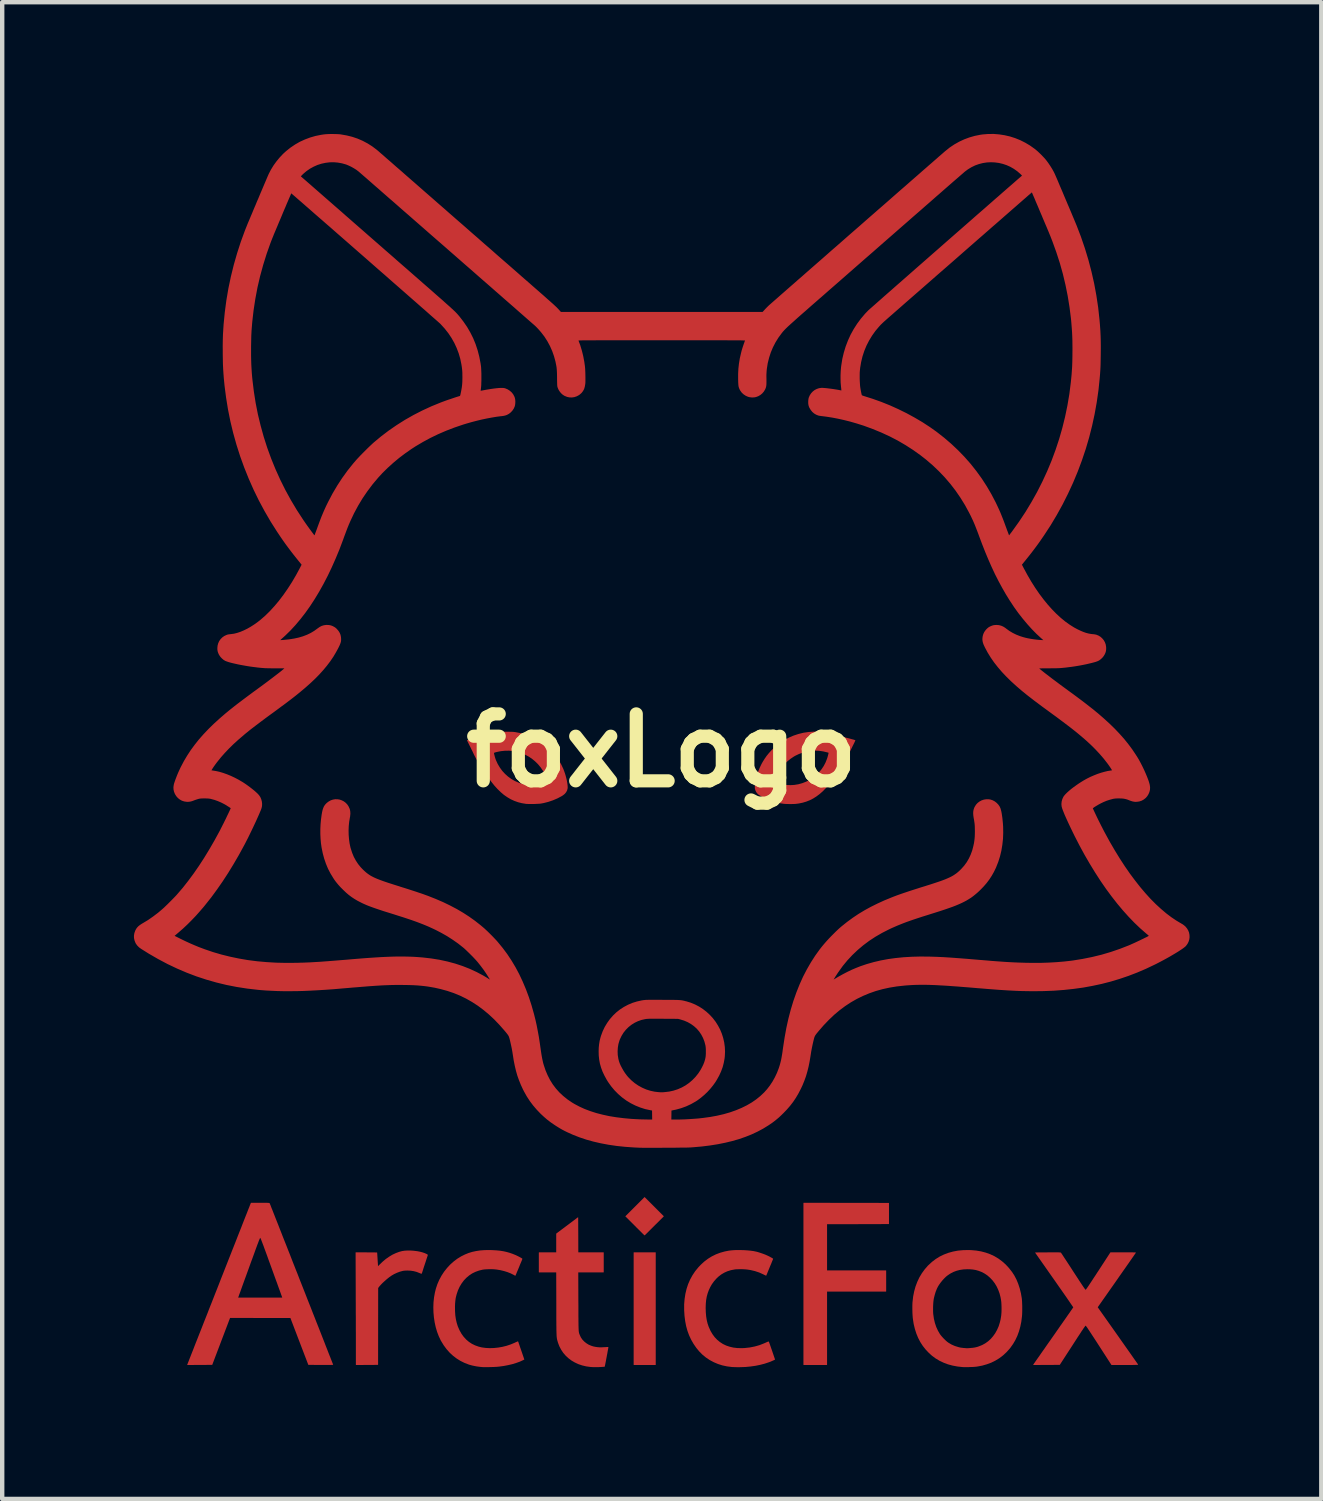
<source format=kicad_pcb>
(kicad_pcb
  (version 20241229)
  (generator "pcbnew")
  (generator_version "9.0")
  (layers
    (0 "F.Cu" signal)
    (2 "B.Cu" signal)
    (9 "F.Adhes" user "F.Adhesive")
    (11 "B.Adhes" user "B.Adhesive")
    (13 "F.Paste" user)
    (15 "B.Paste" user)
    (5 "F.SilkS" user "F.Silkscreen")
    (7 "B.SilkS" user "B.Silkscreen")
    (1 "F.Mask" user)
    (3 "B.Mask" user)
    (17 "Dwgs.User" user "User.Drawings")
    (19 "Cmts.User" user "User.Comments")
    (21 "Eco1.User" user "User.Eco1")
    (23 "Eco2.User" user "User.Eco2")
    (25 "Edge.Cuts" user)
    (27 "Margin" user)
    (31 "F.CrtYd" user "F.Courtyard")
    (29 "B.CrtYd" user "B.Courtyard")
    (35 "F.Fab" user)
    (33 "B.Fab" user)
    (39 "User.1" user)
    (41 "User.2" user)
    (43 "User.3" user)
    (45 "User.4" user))
  (footprint "foxLogo"
    (layer "F.Cu")
    (at 12.018 14.04)
    (property "Reference" "foxLogo" (at 0 0 0) (layer "F.SilkS") (effects (font (size 1.524 1.524) (thickness 0.3))))
    (attr through_hole)
    (pad "1" smd custom (at -9.15 10.8) (size 0.2 0.2) (layers "F.Cu" "F.Mask" "F.Paste") (options (anchor circle)) (primitives (gr_poly (pts (xy 0.058 -0.498) (xy 0.1 -0.497) (xy 0.134 -0.497) (xy 0.161 -0.497) (xy 0.181 -0.496) (xy 0.196 -0.495) (xy 0.206 -0.494) (xy 0.212 -0.493) (xy 0.216 -0.491) (xy 0.218 -0.489) (xy 0.218 -0.489) (xy 0.221 -0.483) (xy 0.226 -0.469) (xy 0.236 -0.446) (xy 0.248 -0.414) (xy 0.263 -0.375) (xy 0.282 -0.329) (xy 0.303 -0.275) (xy 0.327 -0.214) (xy 0.353 -0.148) (xy 0.382 -0.075) (xy 0.413 0.003) (xy 0.445 0.086) (xy 0.48 0.174) (xy 0.516 0.267) (xy 0.554 0.363) (xy 0.594 0.463) (xy 0.634 0.566) (xy 0.676 0.671) (xy 0.718 0.78) (xy 0.761 0.89) (xy 0.805 1.001) (xy 0.85 1.114) (xy 0.894 1.228) (xy 0.939 1.342) (xy 0.984 1.456) (xy 1.029 1.57) (xy 1.073 1.683) (xy 1.117 1.794) (xy 1.161 1.905) (xy 1.203 2.013) (xy 1.245 2.119) (xy 1.285 2.222) (xy 1.325 2.322) (xy 1.363 2.419) (xy 1.399 2.511) (xy 1.434 2.6) (xy 1.467 2.684) (xy 1.497 2.762) (xy 1.526 2.835) (xy 1.552 2.903) (xy 1.576 2.964) (xy 1.598 3.018) (xy 1.616 3.065) (xy 1.632 3.105) (xy 1.644 3.137) (xy 1.654 3.161) (xy 1.66 3.176) (xy 1.662 3.182) (xy 1.662 3.182) (xy 1.657 3.183) (xy 1.643 3.183) (xy 1.62 3.184) (xy 1.59 3.184) (xy 1.554 3.184) (xy 1.512 3.184) (xy 1.466 3.184) (xy 1.415 3.184) (xy 1.384 3.184) (xy 1.106 3.183) (xy 0.902 2.65) (xy 0.698 2.116) (xy 0.008 2.115) (xy -0.683 2.114) (xy -0.886 2.648) (xy -1.089 3.183) (xy -1.37 3.184) (xy -1.65 3.186) (xy -1.646 3.174) (xy -1.643 3.168) (xy -1.637 3.153) (xy -1.628 3.129) (xy -1.615 3.097) (xy -1.6 3.058) (xy -1.581 3.01) (xy -1.56 2.956) (xy -1.536 2.895) (xy -1.509 2.827) (xy -1.481 2.754) (xy -1.45 2.675) (xy -1.417 2.592) (xy -1.382 2.503) (xy -1.345 2.41) (xy -1.307 2.313) (xy -1.268 2.213) (xy -1.227 2.11) (xy -1.185 2.004) (xy -1.143 1.895) (xy -1.099 1.785) (xy -1.055 1.673) (xy -1.05 1.66) (xy -0.502 1.66) (xy -0.497 1.66) (xy -0.483 1.661) (xy -0.46 1.661) (xy -0.428 1.661) (xy -0.389 1.661) (xy -0.344 1.661) (xy -0.292 1.661) (xy -0.235 1.661) (xy -0.173 1.661) (xy -0.107 1.661) (xy -0.038 1.661) (xy 0.006 1.661) (xy 0.515 1.661) (xy 0.512 1.651) (xy 0.51 1.645) (xy 0.505 1.63) (xy 0.496 1.606) (xy 0.485 1.575) (xy 0.471 1.536) (xy 0.455 1.491) (xy 0.436 1.439) (xy 0.415 1.381) (xy 0.393 1.319) (xy 0.368 1.252) (xy 0.342 1.18) (xy 0.315 1.106) (xy 0.287 1.028) (xy 0.264 0.964) (xy 0.23 0.871) (xy 0.199 0.786) (xy 0.172 0.71) (xy 0.147 0.642) (xy 0.125 0.582) (xy 0.105 0.529) (xy 0.089 0.483) (xy 0.074 0.444) (xy 0.061 0.41) (xy 0.05 0.381) (xy 0.041 0.358) (xy 0.034 0.338) (xy 0.027 0.323) (xy 0.022 0.312) (xy 0.018 0.303) (xy 0.015 0.297) (xy 0.012 0.294) (xy 0.01 0.292) (xy 0.008 0.291) (xy 0.006 0.291) (xy 0.005 0.292) (xy 0.002 0.293) (xy -0.00009 0.297) (xy -0.003 0.302) (xy -0.007 0.31) (xy -0.012 0.322) (xy -0.018 0.336) (xy -0.026 0.355) (xy -0.035 0.378) (xy -0.045 0.405) (xy -0.058 0.438) (xy -0.072 0.477) (xy -0.089 0.522) (xy -0.108 0.574) (xy -0.129 0.633) (xy -0.153 0.699) (xy -0.18 0.773) (xy -0.211 0.856) (xy -0.244 0.948) (xy -0.254 0.976) (xy -0.283 1.056) (xy -0.311 1.133) (xy -0.338 1.207) (xy -0.364 1.278) (xy -0.388 1.344) (xy -0.41 1.405) (xy -0.43 1.461) (xy -0.448 1.512) (xy -0.464 1.555) (xy -0.478 1.592) (xy -0.488 1.622) (xy -0.496 1.643) (xy -0.501 1.656) (xy -0.502 1.66) (xy -1.05 1.66) (xy -1.011 1.56) (xy -0.966 1.447) (xy -0.921 1.332) (xy -0.877 1.218) (xy -0.832 1.105) (xy -0.788 0.992) (xy -0.744 0.881) (xy -0.701 0.771) (xy -0.658 0.663) (xy -0.617 0.558) (xy -0.576 0.455) (xy -0.537 0.356) (xy -0.5 0.26) (xy -0.464 0.169) (xy -0.429 0.082) (xy -0.397 -0.001) (xy -0.367 -0.078) (xy -0.339 -0.149) (xy -0.313 -0.215) (xy -0.289 -0.274) (xy -0.269 -0.327) (xy -0.251 -0.372) (xy -0.236 -0.409) (xy -0.225 -0.439) (xy -0.216 -0.46) (xy -0.211 -0.473) (xy -0.21 -0.476) (xy -0.201 -0.498) (xy 0.006 -0.498) (xy 0.058 -0.498)) (width 0.01) (fill yes))))
    (pad "1" smd custom (at -6.7 12) (size 0.2 0.2) (layers "F.Cu" "F.Mask" "F.Paste") (options (anchor circle)) (primitives (gr_poly (pts (xy 0.978 -0.611) (xy 1.05 -0.606) (xy 1.123 -0.597) (xy 1.137 -0.595) (xy 1.198 -0.583) (xy 1.251 -0.569) (xy 1.298 -0.553) (xy 1.329 -0.539) (xy 1.349 -0.53) (xy 1.361 -0.523) (xy 1.366 -0.518) (xy 1.368 -0.513) (xy 1.366 -0.506) (xy 1.366 -0.505) (xy 1.363 -0.497) (xy 1.358 -0.481) (xy 1.35 -0.457) (xy 1.34 -0.427) (xy 1.329 -0.392) (xy 1.316 -0.352) (xy 1.302 -0.31) (xy 1.297 -0.295) (xy 1.283 -0.253) (xy 1.27 -0.213) (xy 1.259 -0.177) (xy 1.249 -0.146) (xy 1.241 -0.122) (xy 1.235 -0.104) (xy 1.232 -0.095) (xy 1.231 -0.094) (xy 1.226 -0.092) (xy 1.214 -0.096) (xy 1.193 -0.105) (xy 1.187 -0.107) (xy 1.122 -0.133) (xy 1.054 -0.151) (xy 0.981 -0.162) (xy 0.911 -0.165) (xy 0.865 -0.164) (xy 0.827 -0.161) (xy 0.8 -0.156) (xy 0.736 -0.139) (xy 0.67 -0.114) (xy 0.605 -0.084) (xy 0.545 -0.049) (xy 0.535 -0.042) (xy 0.497 -0.016) (xy 0.457 0.016) (xy 0.416 0.05) (xy 0.376 0.086) (xy 0.338 0.121) (xy 0.305 0.155) (xy 0.277 0.186) (xy 0.266 0.199) (xy 0.238 0.236) (xy 0.237 1.11) (xy 0.236 1.983) (xy -0.26 1.986) (xy -0.26 1.646) (xy -0.26 1.604) (xy -0.26 1.553) (xy -0.26 1.493) (xy -0.26 1.425) (xy -0.26 1.35) (xy -0.26 1.269) (xy -0.261 1.182) (xy -0.261 1.091) (xy -0.261 0.995) (xy -0.261 0.897) (xy -0.262 0.796) (xy -0.262 0.693) (xy -0.262 0.589) (xy -0.263 0.486) (xy -0.263 0.383) (xy -0.263 0.368) (xy -0.266 -0.57) (xy -0.026 -0.569) (xy 0.215 -0.567) (xy 0.225 -0.41) (xy 0.227 -0.371) (xy 0.23 -0.335) (xy 0.232 -0.304) (xy 0.233 -0.279) (xy 0.235 -0.261) (xy 0.236 -0.252) (xy 0.236 -0.25) (xy 0.24 -0.253) (xy 0.249 -0.262) (xy 0.263 -0.276) (xy 0.28 -0.293) (xy 0.287 -0.3) (xy 0.353 -0.363) (xy 0.423 -0.421) (xy 0.496 -0.472) (xy 0.571 -0.517) (xy 0.648 -0.553) (xy 0.723 -0.581) (xy 0.787 -0.598) (xy 0.844 -0.607) (xy 0.909 -0.611) (xy 0.978 -0.611)) (width 0.01) (fill yes))))
    (pad "1" smd custom (at -4.85 12.65) (size 0.2 0.2) (layers "F.Cu" "F.Mask" "F.Paste") (options (anchor circle)) (primitives (gr_poly (pts (xy 0.992 -1.27) (xy 1.082 -1.265) (xy 1.164 -1.257) (xy 1.241 -1.245) (xy 1.313 -1.229) (xy 1.384 -1.209) (xy 1.454 -1.185) (xy 1.523 -1.157) (xy 1.55 -1.144) (xy 1.577 -1.131) (xy 1.604 -1.117) (xy 1.628 -1.104) (xy 1.648 -1.093) (xy 1.663 -1.083) (xy 1.671 -1.077) (xy 1.671 -1.075) (xy 1.669 -1.069) (xy 1.664 -1.056) (xy 1.656 -1.035) (xy 1.645 -1.009) (xy 1.632 -0.979) (xy 1.618 -0.945) (xy 1.604 -0.909) (xy 1.589 -0.873) (xy 1.574 -0.836) (xy 1.559 -0.802) (xy 1.546 -0.771) (xy 1.535 -0.743) (xy 1.525 -0.721) (xy 1.519 -0.706) (xy 1.516 -0.698) (xy 1.515 -0.698) (xy 1.511 -0.699) (xy 1.499 -0.705) (xy 1.483 -0.714) (xy 1.474 -0.719) (xy 1.41 -0.751) (xy 1.339 -0.779) (xy 1.261 -0.803) (xy 1.179 -0.823) (xy 1.095 -0.837) (xy 1.078 -0.839) (xy 1.039 -0.843) (xy 0.995 -0.845) (xy 0.947 -0.846) (xy 0.899 -0.845) (xy 0.852 -0.843) (xy 0.81 -0.84) (xy 0.775 -0.835) (xy 0.771 -0.835) (xy 0.686 -0.814) (xy 0.606 -0.785) (xy 0.53 -0.748) (xy 0.461 -0.702) (xy 0.397 -0.648) (xy 0.339 -0.587) (xy 0.288 -0.518) (xy 0.243 -0.443) (xy 0.205 -0.36) (xy 0.175 -0.272) (xy 0.164 -0.229) (xy 0.154 -0.188) (xy 0.148 -0.146) (xy 0.143 -0.102) (xy 0.139 -0.053) (xy 0.137 0.003) (xy 0.137 0.012) (xy 0.138 0.114) (xy 0.144 0.209) (xy 0.157 0.298) (xy 0.176 0.381) (xy 0.201 0.461) (xy 0.234 0.537) (xy 0.243 0.556) (xy 0.286 0.633) (xy 0.336 0.702) (xy 0.393 0.764) (xy 0.455 0.817) (xy 0.523 0.862) (xy 0.597 0.898) (xy 0.678 0.927) (xy 0.751 0.945) (xy 0.839 0.957) (xy 0.932 0.962) (xy 1.028 0.959) (xy 1.125 0.949) (xy 1.223 0.932) (xy 1.319 0.908) (xy 1.412 0.877) (xy 1.501 0.84) (xy 1.509 0.836) (xy 1.532 0.825) (xy 1.552 0.817) (xy 1.566 0.81) (xy 1.574 0.808) (xy 1.575 0.808) (xy 1.577 0.813) (xy 1.582 0.826) (xy 1.589 0.846) (xy 1.597 0.87) (xy 1.603 0.886) (xy 1.612 0.913) (xy 1.623 0.947) (xy 1.637 0.986) (xy 1.651 1.027) (xy 1.665 1.067) (xy 1.672 1.088) (xy 1.715 1.214) (xy 1.686 1.228) (xy 1.614 1.261) (xy 1.533 1.29) (xy 1.444 1.317) (xy 1.35 1.339) (xy 1.251 1.358) (xy 1.147 1.372) (xy 1.106 1.376) (xy 1.086 1.378) (xy 1.058 1.379) (xy 1.025 1.381) (xy 0.988 1.382) (xy 0.949 1.383) (xy 0.909 1.384) (xy 0.87 1.384) (xy 0.835 1.385) (xy 0.804 1.384) (xy 0.78 1.384) (xy 0.764 1.383) (xy 0.763 1.383) (xy 0.696 1.376) (xy 0.637 1.368) (xy 0.584 1.358) (xy 0.534 1.347) (xy 0.485 1.334) (xy 0.456 1.325) (xy 0.36 1.288) (xy 0.269 1.243) (xy 0.182 1.189) (xy 0.101 1.127) (xy 0.025 1.057) (xy -0.045 0.978) (xy -0.109 0.892) (xy -0.166 0.799) (xy -0.179 0.777) (xy -0.223 0.683) (xy -0.261 0.584) (xy -0.292 0.478) (xy -0.316 0.369) (xy -0.333 0.257) (xy -0.343 0.142) (xy -0.346 0.028) (xy -0.342 -0.087) (xy -0.33 -0.199) (xy -0.31 -0.309) (xy -0.288 -0.398) (xy -0.254 -0.5) (xy -0.211 -0.598) (xy -0.16 -0.692) (xy -0.102 -0.781) (xy -0.036 -0.864) (xy 0.035 -0.941) (xy 0.113 -1.011) (xy 0.196 -1.074) (xy 0.284 -1.128) (xy 0.37 -1.171) (xy 0.451 -1.204) (xy 0.536 -1.23) (xy 0.624 -1.249) (xy 0.717 -1.263) (xy 0.815 -1.27) (xy 0.921 -1.272) (xy 0.992 -1.27)) (width 0.01) (fill yes))))
    (pad "1" smd custom (at -3.2 0.9) (size 0.2 0.2) (layers "F.Cu" "F.Mask" "F.Paste") (options (anchor circle)) (primitives (gr_poly (pts (xy -0.268 -1.323) (xy -0.227 -1.322) (xy -0.192 -1.321) (xy -0.161 -1.318) (xy -0.135 -1.315) (xy -0.015 -1.292) (xy 0.1 -1.261) (xy 0.21 -1.222) (xy 0.315 -1.173) (xy 0.415 -1.115) (xy 0.511 -1.049) (xy 0.601 -0.974) (xy 0.641 -0.936) (xy 0.721 -0.852) (xy 0.792 -0.765) (xy 0.854 -0.674) (xy 0.908 -0.578) (xy 0.956 -0.475) (xy 0.976 -0.422) (xy 0.992 -0.376) (xy 1.007 -0.327) (xy 1.02 -0.276) (xy 1.032 -0.226) (xy 1.041 -0.177) (xy 1.048 -0.131) (xy 1.052 -0.091) (xy 1.053 -0.057) (xy 1.051 -0.036) (xy 1.039 0.007) (xy 1.018 0.047) (xy 0.988 0.083) (xy 0.948 0.115) (xy 0.922 0.132) (xy 0.824 0.184) (xy 0.721 0.228) (xy 0.615 0.264) (xy 0.508 0.291) (xy 0.447 0.302) (xy 0.422 0.305) (xy 0.39 0.307) (xy 0.353 0.309) (xy 0.311 0.311) (xy 0.268 0.312) (xy 0.226 0.312) (xy 0.186 0.312) (xy 0.151 0.311) (xy 0.123 0.31) (xy 0.111 0.309) (xy 0.019 0.294) (xy -0.069 0.272) (xy -0.153 0.242) (xy -0.235 0.205) (xy -0.313 0.159) (xy -0.39 0.106) (xy -0.464 0.043) (xy -0.538 -0.029) (xy -0.611 -0.11) (xy -0.683 -0.201) (xy -0.699 -0.222) (xy -0.725 -0.258) (xy -0.756 -0.301) (xy -0.79 -0.35) (xy -0.826 -0.404) (xy -0.865 -0.462) (xy -0.904 -0.522) (xy -0.92 -0.547) (xy -0.962 -0.613) (xy -1.002 -0.681) (xy -1.039 -0.747) (xy -1.071 -0.809) (xy -1.087 -0.844) (xy -0.625 -0.844) (xy -0.624 -0.833) (xy -0.62 -0.814) (xy -0.614 -0.79) (xy -0.607 -0.763) (xy -0.599 -0.736) (xy -0.591 -0.71) (xy -0.583 -0.688) (xy -0.58 -0.68) (xy -0.54 -0.593) (xy -0.492 -0.512) (xy -0.437 -0.436) (xy -0.374 -0.367) (xy -0.305 -0.305) (xy -0.23 -0.25) (xy -0.15 -0.204) (xy -0.14 -0.199) (xy -0.053 -0.162) (xy 0.037 -0.134) (xy 0.129 -0.116) (xy 0.222 -0.108) (xy 0.316 -0.11) (xy 0.364 -0.115) (xy 0.394 -0.12) (xy 0.428 -0.126) (xy 0.459 -0.133) (xy 0.475 -0.136) (xy 0.499 -0.143) (xy 0.525 -0.151) (xy 0.55 -0.16) (xy 0.573 -0.168) (xy 0.591 -0.175) (xy 0.603 -0.18) (xy 0.606 -0.183) (xy 0.606 -0.19) (xy 0.602 -0.204) (xy 0.596 -0.224) (xy 0.588 -0.248) (xy 0.578 -0.275) (xy 0.568 -0.302) (xy 0.558 -0.327) (xy 0.548 -0.35) (xy 0.544 -0.359) (xy 0.498 -0.444) (xy 0.444 -0.523) (xy 0.383 -0.596) (xy 0.316 -0.661) (xy 0.244 -0.72) (xy 0.166 -0.771) (xy 0.084 -0.814) (xy -0.001 -0.849) (xy -0.09 -0.875) (xy -0.182 -0.893) (xy -0.275 -0.902) (xy -0.369 -0.901) (xy -0.464 -0.891) (xy -0.511 -0.882) (xy -0.549 -0.874) (xy -0.579 -0.867) (xy -0.6 -0.861) (xy -0.614 -0.855) (xy -0.622 -0.85) (xy -0.625 -0.845) (xy -0.625 -0.844) (xy -1.087 -0.844) (xy -1.09 -0.85) (xy -1.099 -0.87) (xy -1.112 -0.897) (xy -1.128 -0.928) (xy -1.145 -0.963) (xy -1.162 -0.999) (xy -1.172 -1.018) (xy -1.229 -1.132) (xy -1.2 -1.14) (xy -1.177 -1.147) (xy -1.147 -1.155) (xy -1.111 -1.165) (xy -1.07 -1.175) (xy -1.025 -1.187) (xy -0.977 -1.2) (xy -0.928 -1.213) (xy -0.879 -1.226) (xy -0.83 -1.238) (xy -0.783 -1.25) (xy -0.738 -1.262) (xy -0.698 -1.272) (xy -0.662 -1.281) (xy -0.633 -1.289) (xy -0.611 -1.294) (xy -0.597 -1.297) (xy -0.595 -1.298) (xy -0.551 -1.307) (xy -0.511 -1.313) (xy -0.474 -1.318) (xy -0.436 -1.321) (xy -0.395 -1.323) (xy -0.348 -1.324) (xy -0.318 -1.324) (xy -0.268 -1.323)) (width 0.01) (fill yes))))
    (pad "1" smd custom (at -2.1 11.6) (size 0.2 0.2) (layers "F.Cu" "F.Mask" "F.Paste") (options (anchor circle)) (primitives (gr_poly (pts (xy 0.194 -0.568) (xy 0.195 -0.17) (xy 0.774 -0.17) (xy 0.774 0.277) (xy 0.194 0.277) (xy 0.196 0.941) (xy 0.197 1.039) (xy 0.197 1.126) (xy 0.197 1.204) (xy 0.197 1.274) (xy 0.198 1.336) (xy 0.198 1.391) (xy 0.199 1.439) (xy 0.199 1.48) (xy 0.2 1.516) (xy 0.201 1.547) (xy 0.202 1.573) (xy 0.203 1.595) (xy 0.204 1.614) (xy 0.206 1.629) (xy 0.208 1.642) (xy 0.21 1.654) (xy 0.212 1.664) (xy 0.215 1.674) (xy 0.218 1.683) (xy 0.222 1.693) (xy 0.226 1.703) (xy 0.227 1.706) (xy 0.252 1.761) (xy 0.286 1.812) (xy 0.328 1.857) (xy 0.377 1.897) (xy 0.431 1.931) (xy 0.492 1.957) (xy 0.538 1.972) (xy 0.585 1.982) (xy 0.631 1.989) (xy 0.679 1.993) (xy 0.73 1.993) (xy 0.788 1.99) (xy 0.817 1.989) (xy 0.842 1.987) (xy 0.862 1.986) (xy 0.875 1.986) (xy 0.88 1.987) (xy 0.879 1.992) (xy 0.877 2.006) (xy 0.873 2.027) (xy 0.868 2.055) (xy 0.862 2.087) (xy 0.856 2.124) (xy 0.848 2.163) (xy 0.841 2.203) (xy 0.833 2.243) (xy 0.826 2.283) (xy 0.819 2.319) (xy 0.812 2.353) (xy 0.807 2.381) (xy 0.802 2.403) (xy 0.799 2.418) (xy 0.798 2.424) (xy 0.798 2.425) (xy 0.792 2.425) (xy 0.779 2.427) (xy 0.759 2.428) (xy 0.734 2.43) (xy 0.723 2.431) (xy 0.658 2.434) (xy 0.592 2.435) (xy 0.53 2.434) (xy 0.474 2.43) (xy 0.379 2.417) (xy 0.288 2.395) (xy 0.202 2.366) (xy 0.121 2.328) (xy 0.046 2.284) (xy -0.023 2.232) (xy -0.085 2.174) (xy -0.14 2.11) (xy -0.187 2.039) (xy -0.227 1.963) (xy -0.258 1.882) (xy -0.264 1.861) (xy -0.268 1.847) (xy -0.272 1.834) (xy -0.275 1.822) (xy -0.278 1.81) (xy -0.281 1.797) (xy -0.283 1.783) (xy -0.285 1.768) (xy -0.287 1.751) (xy -0.289 1.731) (xy -0.29 1.708) (xy -0.291 1.681) (xy -0.292 1.65) (xy -0.293 1.614) (xy -0.294 1.573) (xy -0.294 1.526) (xy -0.295 1.472) (xy -0.295 1.411) (xy -0.296 1.343) (xy -0.296 1.267) (xy -0.296 1.183) (xy -0.296 1.089) (xy -0.296 0.995) (xy -0.298 0.277) (xy -0.694 0.277) (xy -0.694 -0.17) (xy -0.298 -0.17) (xy -0.298 -0.599) (xy -0.053 -0.783) (xy 0.192 -0.967) (xy 0.194 -0.568)) (width 0.01) (fill yes))))
    (pad "1" smd custom (at -0.4 10.6) (size 0.2 0.2) (layers "F.Cu" "F.Mask" "F.Paste") (options (anchor circle)) (primitives (gr_poly (pts (xy 0.225 -0.211) (xy 0.441 0.005) (xy 0.226 0.219) (xy 0.187 0.258) (xy 0.151 0.294) (xy 0.117 0.328) (xy 0.087 0.358) (xy 0.061 0.384) (xy 0.039 0.405) (xy 0.023 0.421) (xy 0.013 0.431) (xy 0.009 0.434) (xy 0.005 0.43) (xy -0.006 0.42) (xy -0.022 0.404) (xy -0.044 0.383) (xy -0.07 0.357) (xy -0.1 0.327) (xy -0.134 0.293) (xy -0.171 0.257) (xy -0.208 0.219) (xy -0.423 0.005) (xy -0.207 -0.211) (xy 0.009 -0.427) (xy 0.225 -0.211)) (width 0.01) (fill yes))))
    (pad "1" smd custom (at -0.4 12.7) (size 0.2 0.2) (layers "F.Cu" "F.Mask" "F.Paste") (options (anchor circle)) (primitives (gr_poly (pts (xy 0.258 1.285) (xy -0.235 1.285) (xy -0.235 -1.27) (xy 0.258 -1.27) (xy 0.258 1.285)) (width 0.01) (fill yes))))
    (pad "1" smd custom (at 1.15 13.7) (size 0.2 0.2) (layers "F.Cu" "F.Mask" "F.Paste") (options (anchor circle)) (primitives (gr_poly (pts (xy 0.652 -2.321) (xy 0.729 -2.319) (xy 0.803 -2.314) (xy 0.874 -2.307) (xy 0.94 -2.298) (xy 0.983 -2.289) (xy 1.023 -2.28) (xy 1.069 -2.266) (xy 1.117 -2.25) (xy 1.166 -2.233) (xy 1.21 -2.216) (xy 1.221 -2.211) (xy 1.248 -2.199) (xy 1.276 -2.186) (xy 1.304 -2.172) (xy 1.329 -2.158) (xy 1.351 -2.146) (xy 1.368 -2.136) (xy 1.378 -2.129) (xy 1.38 -2.126) (xy 1.378 -2.12) (xy 1.373 -2.107) (xy 1.365 -2.087) (xy 1.354 -2.061) (xy 1.342 -2.03) (xy 1.328 -1.996) (xy 1.313 -1.961) (xy 1.298 -1.924) (xy 1.283 -1.888) (xy 1.269 -1.853) (xy 1.256 -1.822) (xy 1.245 -1.794) (xy 1.235 -1.772) (xy 1.229 -1.756) (xy 1.225 -1.748) (xy 1.225 -1.748) (xy 1.221 -1.75) (xy 1.209 -1.756) (xy 1.191 -1.764) (xy 1.17 -1.775) (xy 1.161 -1.779) (xy 1.071 -1.82) (xy 0.974 -1.852) (xy 0.873 -1.876) (xy 0.808 -1.886) (xy 0.773 -1.89) (xy 0.733 -1.893) (xy 0.689 -1.895) (xy 0.644 -1.895) (xy 0.6 -1.895) (xy 0.56 -1.894) (xy 0.526 -1.892) (xy 0.507 -1.889) (xy 0.422 -1.873) (xy 0.345 -1.849) (xy 0.273 -1.817) (xy 0.205 -1.777) (xy 0.142 -1.729) (xy 0.095 -1.685) (xy 0.037 -1.62) (xy -0.014 -1.549) (xy -0.052 -1.482) (xy -0.084 -1.413) (xy -0.11 -1.342) (xy -0.13 -1.269) (xy -0.144 -1.191) (xy -0.152 -1.108) (xy -0.155 -1.017) (xy -0.155 -1.007) (xy -0.152 -0.907) (xy -0.144 -0.814) (xy -0.13 -0.728) (xy -0.11 -0.647) (xy -0.084 -0.572) (xy -0.083 -0.571) (xy -0.045 -0.486) (xy -0.000472 -0.41) (xy 0.05 -0.341) (xy 0.107 -0.281) (xy 0.17 -0.229) (xy 0.239 -0.184) (xy 0.314 -0.148) (xy 0.394 -0.121) (xy 0.48 -0.101) (xy 0.572 -0.09) (xy 0.67 -0.088) (xy 0.733 -0.09) (xy 0.851 -0.103) (xy 0.965 -0.125) (xy 1.075 -0.156) (xy 1.18 -0.197) (xy 1.215 -0.212) (xy 1.238 -0.223) (xy 1.259 -0.232) (xy 1.274 -0.237) (xy 1.282 -0.239) (xy 1.284 -0.239) (xy 1.286 -0.234) (xy 1.291 -0.22) (xy 1.299 -0.198) (xy 1.309 -0.17) (xy 1.321 -0.136) (xy 1.334 -0.098) (xy 1.349 -0.056) (xy 1.356 -0.035) (xy 1.424 0.165) (xy 1.378 0.187) (xy 1.29 0.223) (xy 1.194 0.255) (xy 1.091 0.282) (xy 0.983 0.304) (xy 0.87 0.32) (xy 0.753 0.331) (xy 0.635 0.335) (xy 0.582 0.336) (xy 0.549 0.335) (xy 0.515 0.334) (xy 0.483 0.333) (xy 0.456 0.332) (xy 0.445 0.331) (xy 0.335 0.317) (xy 0.229 0.294) (xy 0.129 0.262) (xy 0.033 0.221) (xy -0.058 0.172) (xy -0.143 0.115) (xy -0.222 0.05) (xy -0.295 -0.024) (xy -0.36 -0.103) (xy -0.422 -0.193) (xy -0.476 -0.287) (xy -0.522 -0.385) (xy -0.56 -0.488) (xy -0.59 -0.596) (xy -0.612 -0.711) (xy -0.627 -0.831) (xy -0.635 -0.959) (xy -0.635 -0.962) (xy -0.635 -1.089) (xy -0.625 -1.212) (xy -0.607 -1.329) (xy -0.58 -1.442) (xy -0.545 -1.549) (xy -0.5 -1.652) (xy -0.447 -1.749) (xy -0.385 -1.842) (xy -0.314 -1.929) (xy -0.261 -1.985) (xy -0.181 -2.059) (xy -0.097 -2.123) (xy -0.008 -2.178) (xy 0.085 -2.224) (xy 0.183 -2.261) (xy 0.287 -2.29) (xy 0.379 -2.308) (xy 0.438 -2.315) (xy 0.505 -2.32) (xy 0.577 -2.322) (xy 0.652 -2.321)) (width 0.01) (fill yes))))
    (pad "1" smd custom (at 3.4 12.35) (size 0.2 0.2) (layers "F.Cu" "F.Mask" "F.Paste") (options (anchor circle)) (primitives (gr_poly (pts (xy 0.8 -2.046) (xy 1.769 -2.045) (xy 1.769 -1.573) (xy 1.064 -1.571) (xy 0.359 -1.57) (xy 0.359 -0.508) (xy 1.705 -0.508) (xy 1.705 -0.036) (xy 0.359 -0.036) (xy 0.359 1.635) (xy -0.169 1.635) (xy -0.169 -2.048) (xy 0.8 -2.046)) (width 0.01) (fill yes))))
    (pad "1" smd custom (at 4 -0.1) (size 0.2 0.2) (layers "F.Cu" "F.Mask" "F.Paste") (options (anchor circle)) (primitives (gr_poly (pts (xy -0.429 -0.324) (xy -0.311 -0.312) (xy -0.269 -0.306) (xy -0.256 -0.303) (xy -0.235 -0.298) (xy -0.207 -0.292) (xy -0.173 -0.283) (xy -0.134 -0.273) (xy -0.09 -0.263) (xy -0.044 -0.251) (xy 0.005 -0.238) (xy 0.055 -0.226) (xy 0.105 -0.213) (xy 0.155 -0.2) (xy 0.202 -0.187) (xy 0.247 -0.176) (xy 0.288 -0.165) (xy 0.324 -0.155) (xy 0.355 -0.147) (xy 0.379 -0.14) (xy 0.395 -0.135) (xy 0.402 -0.133) (xy 0.402 -0.132) (xy 0.401 -0.127) (xy 0.395 -0.114) (xy 0.387 -0.095) (xy 0.375 -0.07) (xy 0.361 -0.041) (xy 0.347 -0.014) (xy 0.33 0.021) (xy 0.312 0.057) (xy 0.296 0.09) (xy 0.282 0.119) (xy 0.27 0.143) (xy 0.266 0.153) (xy 0.24 0.206) (xy 0.209 0.264) (xy 0.173 0.328) (xy 0.133 0.396) (xy 0.089 0.467) (xy 0.042 0.539) (xy -0.006 0.611) (xy -0.055 0.683) (xy -0.104 0.751) (xy -0.124 0.778) (xy -0.195 0.869) (xy -0.266 0.951) (xy -0.336 1.023) (xy -0.408 1.086) (xy -0.48 1.14) (xy -0.554 1.187) (xy -0.63 1.226) (xy -0.709 1.257) (xy -0.792 1.282) (xy -0.879 1.3) (xy -0.923 1.306) (xy -0.958 1.31) (xy -1.001 1.312) (xy -1.048 1.313) (xy -1.097 1.313) (xy -1.145 1.312) (xy -1.19 1.31) (xy -1.228 1.307) (xy -1.233 1.306) (xy -1.329 1.291) (xy -1.426 1.267) (xy -1.522 1.236) (xy -1.615 1.199) (xy -1.703 1.156) (xy -1.783 1.108) (xy -1.785 1.107) (xy -1.814 1.082) (xy -1.84 1.05) (xy -1.86 1.013) (xy -1.867 0.993) (xy -1.873 0.972) (xy -1.875 0.954) (xy -1.876 0.934) (xy -1.875 0.911) (xy -1.866 0.833) (xy -1.862 0.813) (xy -1.429 0.813) (xy -1.425 0.818) (xy -1.412 0.826) (xy -1.392 0.834) (xy -1.385 0.836) (xy -1.336 0.853) (xy -1.289 0.866) (xy -1.239 0.876) (xy -1.185 0.885) (xy -1.153 0.889) (xy -1.131 0.891) (xy -1.103 0.891) (xy -1.071 0.892) (xy -1.038 0.891) (xy -1.007 0.889) (xy -0.982 0.887) (xy -0.98 0.887) (xy -0.887 0.872) (xy -0.798 0.847) (xy -0.712 0.814) (xy -0.63 0.772) (xy -0.554 0.723) (xy -0.483 0.666) (xy -0.418 0.602) (xy -0.36 0.532) (xy -0.309 0.456) (xy -0.266 0.374) (xy -0.232 0.288) (xy -0.231 0.284) (xy -0.222 0.258) (xy -0.215 0.231) (xy -0.208 0.204) (xy -0.202 0.181) (xy -0.198 0.162) (xy -0.197 0.15) (xy -0.197 0.147) (xy -0.203 0.144) (xy -0.217 0.14) (xy -0.236 0.135) (xy -0.259 0.13) (xy -0.283 0.124) (xy -0.307 0.118) (xy -0.328 0.114) (xy -0.333 0.113) (xy -0.424 0.1) (xy -0.517 0.097) (xy -0.611 0.104) (xy -0.704 0.119) (xy -0.795 0.143) (xy -0.883 0.176) (xy -0.968 0.217) (xy -0.995 0.233) (xy -1.077 0.288) (xy -1.152 0.35) (xy -1.22 0.419) (xy -1.28 0.495) (xy -1.333 0.576) (xy -1.366 0.64) (xy -1.376 0.663) (xy -1.388 0.69) (xy -1.399 0.719) (xy -1.409 0.747) (xy -1.418 0.772) (xy -1.425 0.794) (xy -1.429 0.809) (xy -1.429 0.813) (xy -1.862 0.813) (xy -1.85 0.751) (xy -1.828 0.666) (xy -1.8 0.581) (xy -1.767 0.498) (xy -1.729 0.418) (xy -1.703 0.37) (xy -1.657 0.295) (xy -1.61 0.227) (xy -1.558 0.163) (xy -1.5 0.099) (xy -1.48 0.079) (xy -1.393 -0.001) (xy -1.301 -0.073) (xy -1.204 -0.136) (xy -1.102 -0.191) (xy -0.997 -0.236) (xy -0.888 -0.272) (xy -0.776 -0.3) (xy -0.662 -0.317) (xy -0.546 -0.325) (xy -0.429 -0.324)) (width 0.01) (fill yes))))
    (pad "1" smd custom (at 6.05 12.35) (size 0.2 0.2) (layers "F.Cu" "F.Mask" "F.Paste") (options (anchor circle)) (primitives (gr_poly (pts (xy 0.994 -0.97) (xy 1.11 -0.96) (xy 1.221 -0.941) (xy 1.327 -0.913) (xy 1.427 -0.877) (xy 1.523 -0.832) (xy 1.613 -0.778) (xy 1.698 -0.715) (xy 1.778 -0.644) (xy 1.852 -0.564) (xy 1.921 -0.476) (xy 1.922 -0.475) (xy 1.975 -0.393) (xy 2.022 -0.303) (xy 2.062 -0.206) (xy 2.096 -0.102) (xy 2.123 0.007) (xy 2.142 0.117) (xy 2.146 0.152) (xy 2.149 0.195) (xy 2.151 0.244) (xy 2.153 0.296) (xy 2.153 0.35) (xy 2.153 0.404) (xy 2.152 0.454) (xy 2.15 0.5) (xy 2.147 0.533) (xy 2.132 0.654) (xy 2.109 0.767) (xy 2.079 0.874) (xy 2.042 0.975) (xy 1.997 1.071) (xy 1.944 1.161) (xy 1.883 1.247) (xy 1.865 1.269) (xy 1.794 1.348) (xy 1.717 1.419) (xy 1.634 1.482) (xy 1.545 1.536) (xy 1.45 1.583) (xy 1.35 1.62) (xy 1.245 1.65) (xy 1.134 1.671) (xy 1.113 1.674) (xy 1.088 1.676) (xy 1.056 1.679) (xy 1.019 1.681) (xy 0.978 1.682) (xy 0.936 1.684) (xy 0.895 1.684) (xy 0.858 1.685) (xy 0.826 1.684) (xy 0.802 1.683) (xy 0.801 1.683) (xy 0.683 1.67) (xy 0.572 1.649) (xy 0.468 1.621) (xy 0.37 1.584) (xy 0.277 1.54) (xy 0.19 1.488) (xy 0.108 1.428) (xy 0.037 1.364) (xy -0.036 1.287) (xy -0.101 1.205) (xy -0.158 1.117) (xy -0.207 1.023) (xy -0.248 0.924) (xy -0.282 0.817) (xy -0.309 0.705) (xy -0.327 0.589) (xy -0.331 0.552) (xy -0.334 0.508) (xy -0.337 0.458) (xy -0.338 0.406) (xy -0.339 0.371) (xy 0.123 0.371) (xy 0.123 0.419) (xy 0.125 0.462) (xy 0.127 0.485) (xy 0.142 0.589) (xy 0.165 0.686) (xy 0.196 0.778) (xy 0.235 0.863) (xy 0.28 0.94) (xy 0.301 0.968) (xy 0.327 0.999) (xy 0.357 1.032) (xy 0.389 1.064) (xy 0.42 1.094) (xy 0.45 1.119) (xy 0.473 1.136) (xy 0.545 1.179) (xy 0.623 1.213) (xy 0.704 1.238) (xy 0.74 1.247) (xy 0.763 1.251) (xy 0.788 1.254) (xy 0.82 1.258) (xy 0.858 1.261) (xy 0.897 1.264) (xy 0.906 1.264) (xy 0.922 1.263) (xy 0.945 1.262) (xy 0.97 1.26) (xy 0.975 1.259) (xy 1.024 1.255) (xy 1.067 1.249) (xy 1.106 1.241) (xy 1.147 1.23) (xy 1.172 1.221) (xy 1.247 1.191) (xy 1.318 1.152) (xy 1.384 1.105) (xy 1.445 1.05) (xy 1.499 0.987) (xy 1.548 0.918) (xy 1.59 0.842) (xy 1.626 0.761) (xy 1.653 0.674) (xy 1.669 0.609) (xy 1.677 0.562) (xy 1.684 0.518) (xy 1.688 0.474) (xy 1.691 0.428) (xy 1.692 0.376) (xy 1.692 0.353) (xy 1.691 0.297) (xy 1.689 0.248) (xy 1.686 0.204) (xy 1.68 0.16) (xy 1.672 0.115) (xy 1.669 0.098) (xy 1.647 0.012) (xy 1.617 -0.071) (xy 1.58 -0.15) (xy 1.536 -0.223) (xy 1.485 -0.29) (xy 1.428 -0.35) (xy 1.367 -0.403) (xy 1.3 -0.448) (xy 1.229 -0.485) (xy 1.227 -0.485) (xy 1.164 -0.509) (xy 1.101 -0.527) (xy 1.035 -0.538) (xy 0.963 -0.544) (xy 0.91 -0.545) (xy 0.821 -0.541) (xy 0.738 -0.529) (xy 0.66 -0.509) (xy 0.586 -0.481) (xy 0.516 -0.444) (xy 0.462 -0.408) (xy 0.42 -0.375) (xy 0.377 -0.333) (xy 0.334 -0.286) (xy 0.294 -0.236) (xy 0.258 -0.185) (xy 0.235 -0.148) (xy 0.208 -0.093) (xy 0.183 -0.03) (xy 0.162 0.038) (xy 0.144 0.109) (xy 0.137 0.145) (xy 0.132 0.18) (xy 0.128 0.222) (xy 0.125 0.27) (xy 0.123 0.321) (xy 0.123 0.371) (xy -0.339 0.371) (xy -0.339 0.352) (xy -0.339 0.301) (xy -0.338 0.254) (xy -0.336 0.213) (xy -0.335 0.205) (xy -0.321 0.083) (xy -0.298 -0.034) (xy -0.267 -0.145) (xy -0.227 -0.251) (xy -0.18 -0.351) (xy -0.123 -0.446) (xy -0.059 -0.534) (xy 0.013 -0.617) (xy 0.028 -0.631) (xy 0.107 -0.704) (xy 0.191 -0.768) (xy 0.281 -0.824) (xy 0.376 -0.87) (xy 0.476 -0.908) (xy 0.581 -0.937) (xy 0.691 -0.958) (xy 0.807 -0.969) (xy 0.927 -0.972) (xy 0.994 -0.97)) (width 0.01) (fill yes))))
    (pad "1" smd custom (at 8.8 -5.75) (size 0.2 0.2) (layers "F.Cu" "F.Mask" "F.Paste") (options (anchor circle)) (primitives (gr_poly (pts (xy -1.118 -8.275) (xy -0.995 -8.256) (xy -0.873 -8.228) (xy -0.754 -8.19) (xy -0.638 -8.143) (xy -0.525 -8.086) (xy -0.416 -8.021) (xy -0.312 -7.947) (xy -0.306 -7.943) (xy -0.274 -7.916) (xy -0.237 -7.884) (xy -0.198 -7.847) (xy -0.158 -7.808) (xy -0.121 -7.769) (xy -0.086 -7.732) (xy -0.058 -7.699) (xy -0.053 -7.693) (xy -0.005 -7.629) (xy 0.041 -7.561) (xy 0.085 -7.491) (xy 0.123 -7.422) (xy 0.145 -7.377) (xy 0.15 -7.365) (xy 0.159 -7.345) (xy 0.171 -7.317) (xy 0.187 -7.281) (xy 0.205 -7.239) (xy 0.225 -7.192) (xy 0.247 -7.139) (xy 0.271 -7.082) (xy 0.297 -7.022) (xy 0.324 -6.959) (xy 0.351 -6.894) (xy 0.379 -6.828) (xy 0.407 -6.762) (xy 0.435 -6.695) (xy 0.463 -6.63) (xy 0.49 -6.566) (xy 0.516 -6.505) (xy 0.54 -6.447) (xy 0.563 -6.392) (xy 0.584 -6.343) (xy 0.602 -6.299) (xy 0.618 -6.261) (xy 0.631 -6.229) (xy 0.641 -6.206) (xy 0.642 -6.203) (xy 0.741 -5.945) (xy 0.83 -5.684) (xy 0.91 -5.42) (xy 0.98 -5.153) (xy 1.041 -4.884) (xy 1.091 -4.612) (xy 1.132 -4.339) (xy 1.162 -4.064) (xy 1.172 -3.95) (xy 1.177 -3.878) (xy 1.182 -3.811) (xy 1.185 -3.746) (xy 1.188 -3.682) (xy 1.19 -3.617) (xy 1.191 -3.55) (xy 1.192 -3.478) (xy 1.192 -3.4) (xy 1.191 -3.314) (xy 1.191 -3.288) (xy 1.19 -3.218) (xy 1.189 -3.158) (xy 1.188 -3.104) (xy 1.187 -3.055) (xy 1.186 -3.011) (xy 1.184 -2.968) (xy 1.182 -2.926) (xy 1.179 -2.883) (xy 1.176 -2.838) (xy 1.172 -2.788) (xy 1.167 -2.733) (xy 1.167 -2.729) (xy 1.139 -2.456) (xy 1.1 -2.184) (xy 1.052 -1.915) (xy 0.994 -1.647) (xy 0.927 -1.382) (xy 0.85 -1.12) (xy 0.763 -0.861) (xy 0.667 -0.604) (xy 0.562 -0.352) (xy 0.447 -0.103) (xy 0.324 0.142) (xy 0.191 0.383) (xy 0.05 0.619) (xy -0.101 0.85) (xy -0.201 0.995) (xy -0.261 1.078) (xy -0.322 1.16) (xy -0.385 1.243) (xy -0.452 1.328) (xy -0.525 1.419) (xy -0.53 1.425) (xy -0.605 1.517) (xy -0.56 1.604) (xy -0.476 1.759) (xy -0.389 1.908) (xy -0.299 2.05) (xy -0.207 2.184) (xy -0.112 2.31) (xy -0.016 2.428) (xy 0.082 2.538) (xy 0.181 2.639) (xy 0.281 2.731) (xy 0.383 2.815) (xy 0.485 2.888) (xy 0.587 2.952) (xy 0.665 2.994) (xy 0.735 3.027) (xy 0.799 3.054) (xy 0.859 3.075) (xy 0.916 3.09) (xy 0.973 3.1) (xy 1.006 3.104) (xy 1.033 3.106) (xy 1.059 3.11) (xy 1.081 3.114) (xy 1.091 3.116) (xy 1.141 3.136) (xy 1.187 3.164) (xy 1.226 3.199) (xy 1.26 3.24) (xy 1.286 3.286) (xy 1.304 3.336) (xy 1.313 3.39) (xy 1.314 3.416) (xy 1.313 3.455) (xy 1.308 3.488) (xy 1.298 3.521) (xy 1.283 3.555) (xy 1.26 3.594) (xy 1.23 3.632) (xy 1.195 3.665) (xy 1.157 3.693) (xy 1.136 3.704) (xy 1.11 3.715) (xy 1.076 3.727) (xy 1.033 3.739) (xy 0.983 3.752) (xy 0.928 3.765) (xy 0.868 3.779) (xy 0.805 3.792) (xy 0.739 3.805) (xy 0.671 3.817) (xy 0.603 3.828) (xy 0.536 3.838) (xy 0.486 3.844) (xy 0.433 3.851) (xy 0.385 3.857) (xy 0.341 3.861) (xy 0.299 3.865) (xy 0.258 3.868) (xy 0.215 3.87) (xy 0.169 3.871) (xy 0.118 3.872) (xy 0.06 3.872) (xy 0.003 3.873) (xy -0.051 3.873) (xy -0.096 3.873) (xy -0.132 3.873) (xy -0.161 3.874) (xy -0.182 3.874) (xy -0.197 3.875) (xy -0.207 3.876) (xy -0.212 3.877) (xy -0.214 3.879) (xy -0.213 3.88) (xy -0.204 3.888) (xy -0.188 3.902) (xy -0.165 3.921) (xy -0.135 3.945) (xy -0.1 3.973) (xy -0.059 4.005) (xy -0.014 4.039) (xy 0.035 4.077) (xy 0.087 4.117) (xy 0.142 4.158) (xy 0.2 4.201) (xy 0.258 4.245) (xy 0.318 4.289) (xy 0.378 4.333) (xy 0.437 4.376) (xy 0.443 4.381) (xy 0.56 4.466) (xy 0.668 4.546) (xy 0.768 4.621) (xy 0.861 4.692) (xy 0.945 4.758) (xy 1.023 4.819) (xy 1.093 4.877) (xy 1.129 4.906) (xy 1.266 5.025) (xy 1.394 5.142) (xy 1.513 5.258) (xy 1.623 5.374) (xy 1.726 5.49) (xy 1.82 5.607) (xy 1.908 5.725) (xy 1.989 5.846) (xy 2.039 5.925) (xy 2.069 5.977) (xy 2.099 6.033) (xy 2.13 6.093) (xy 2.16 6.154) (xy 2.189 6.216) (xy 2.216 6.278) (xy 2.241 6.337) (xy 2.263 6.393) (xy 2.282 6.445) (xy 2.296 6.491) (xy 2.306 6.529) (xy 2.307 6.533) (xy 2.314 6.587) (xy 2.312 6.639) (xy 2.3 6.69) (xy 2.28 6.738) (xy 2.251 6.786) (xy 2.215 6.827) (xy 2.172 6.861) (xy 2.125 6.887) (xy 2.073 6.904) (xy 2.017 6.912) (xy 2.017 6.912) (xy 1.981 6.913) (xy 1.948 6.909) (xy 1.915 6.902) (xy 1.878 6.89) (xy 1.856 6.882) (xy 1.814 6.865) (xy 1.776 6.853) (xy 1.742 6.845) (xy 1.707 6.839) (xy 1.668 6.836) (xy 1.623 6.835) (xy 1.617 6.835) (xy 1.58 6.835) (xy 1.552 6.836) (xy 1.528 6.837) (xy 1.507 6.84) (xy 1.486 6.843) (xy 1.472 6.846) (xy 1.401 6.865) (xy 1.327 6.889) (xy 1.255 6.919) (xy 1.234 6.929) (xy 1.205 6.943) (xy 1.172 6.96) (xy 1.138 6.979) (xy 1.106 6.998) (xy 1.076 7.016) (xy 1.05 7.032) (xy 1.031 7.046) (xy 1.026 7.05) (xy 1.009 7.064) (xy 1.051 7.155) (xy 1.077 7.21) (xy 1.106 7.271) (xy 1.138 7.337) (xy 1.172 7.404) (xy 1.206 7.472) (xy 1.239 7.536) (xy 1.27 7.596) (xy 1.292 7.637) (xy 1.402 7.838) (xy 1.514 8.03) (xy 1.627 8.214) (xy 1.741 8.389) (xy 1.856 8.555) (xy 1.973 8.712) (xy 2.09 8.861) (xy 2.208 9) (xy 2.326 9.13) (xy 2.445 9.25) (xy 2.565 9.36) (xy 2.684 9.461) (xy 2.799 9.548) (xy 2.915 9.626) (xy 3.026 9.692) (xy 3.062 9.713) (xy 3.09 9.734) (xy 3.116 9.756) (xy 3.121 9.761) (xy 3.156 9.803) (xy 3.183 9.849) (xy 3.202 9.898) (xy 3.211 9.949) (xy 3.213 10.002) (xy 3.206 10.053) (xy 3.19 10.103) (xy 3.166 10.15) (xy 3.134 10.193) (xy 3.124 10.204) (xy 3.104 10.221) (xy 3.076 10.243) (xy 3.04 10.268) (xy 2.998 10.296) (xy 2.95 10.327) (xy 2.896 10.36) (xy 2.839 10.394) (xy 2.778 10.43) (xy 2.714 10.466) (xy 2.649 10.502) (xy 2.582 10.538) (xy 2.515 10.573) (xy 2.449 10.607) (xy 2.414 10.624) (xy 2.22 10.716) (xy 2.024 10.8) (xy 1.826 10.876) (xy 1.626 10.944) (xy 1.424 11.005) (xy 1.218 11.058) (xy 1.009 11.103) (xy 0.795 11.142) (xy 0.577 11.172) (xy 0.354 11.196) (xy 0.126 11.213) (xy -0.109 11.222) (xy -0.35 11.225) (xy -0.598 11.221) (xy -0.73 11.216) (xy -0.79 11.213) (xy -0.85 11.21) (xy -0.909 11.207) (xy -0.97 11.203) (xy -1.033 11.199) (xy -1.098 11.195) (xy -1.168 11.19) (xy -1.243 11.184) (xy -1.323 11.178) (xy -1.411 11.171) (xy -1.506 11.163) (xy -1.61 11.155) (xy -1.668 11.15) (xy -1.808 11.138) (xy -1.94 11.128) (xy -2.062 11.118) (xy -2.176 11.11) (xy -2.282 11.102) (xy -2.382 11.096) (xy -2.475 11.091) (xy -2.561 11.086) (xy -2.643 11.083) (xy -2.72 11.08) (xy -2.792 11.079) (xy -2.862 11.078) (xy -2.928 11.079) (xy -2.992 11.08) (xy -3.054 11.082) (xy -3.115 11.085) (xy -3.176 11.089) (xy -3.236 11.093) (xy -3.278 11.097) (xy -3.45 11.116) (xy -3.615 11.143) (xy -3.775 11.178) (xy -3.929 11.221) (xy -4.077 11.273) (xy -4.221 11.333) (xy -4.36 11.401) (xy -4.495 11.478) (xy -4.626 11.564) (xy -4.753 11.659) (xy -4.877 11.763) (xy -4.997 11.877) (xy -5.116 12.001) (xy -5.228 12.13) (xy -5.255 12.163) (xy -5.277 12.189) (xy -5.293 12.211) (xy -5.306 12.229) (xy -5.316 12.246) (xy -5.324 12.263) (xy -5.331 12.282) (xy -5.337 12.304) (xy -5.344 12.331) (xy -5.348 12.346) (xy -5.369 12.437) (xy -5.387 12.523) (xy -5.403 12.609) (xy -5.416 12.694) (xy -5.437 12.822) (xy -5.461 12.942) (xy -5.489 13.055) (xy -5.52 13.162) (xy -5.557 13.265) (xy -5.598 13.366) (xy -5.639 13.453) (xy -5.694 13.559) (xy -5.752 13.657) (xy -5.814 13.749) (xy -5.882 13.837) (xy -5.957 13.923) (xy -6.026 13.995) (xy -6.082 14.05) (xy -6.134 14.099) (xy -6.185 14.142) (xy -6.236 14.183) (xy -6.289 14.223) (xy -6.348 14.263) (xy -6.375 14.281) (xy -6.495 14.355) (xy -6.622 14.423) (xy -6.755 14.485) (xy -6.895 14.541) (xy -7.042 14.592) (xy -7.195 14.636) (xy -7.356 14.675) (xy -7.525 14.709) (xy -7.701 14.737) (xy -7.885 14.76) (xy -8.078 14.777) (xy -8.157 14.783) (xy -8.173 14.783) (xy -8.198 14.784) (xy -8.231 14.785) (xy -8.272 14.785) (xy -8.32 14.786) (xy -8.373 14.786) (xy -8.431 14.787) (xy -8.494 14.788) (xy -8.559 14.788) (xy -8.626 14.789) (xy -8.695 14.789) (xy -8.764 14.789) (xy -8.833 14.79) (xy -8.901 14.79) (xy -8.966 14.79) (xy -9.028 14.79) (xy -9.086 14.79) (xy -9.14 14.79) (xy -9.188 14.79) (xy -9.229 14.79) (xy -9.262 14.789) (xy -9.287 14.789) (xy -9.288 14.789) (xy -9.309 14.788) (xy -9.337 14.787) (xy -9.37 14.785) (xy -9.405 14.784) (xy -9.435 14.782) (xy -9.634 14.768) (xy -9.826 14.748) (xy -10.01 14.721) (xy -10.186 14.688) (xy -10.355 14.649) (xy -10.517 14.604) (xy -10.672 14.552) (xy -10.82 14.494) (xy -10.951 14.435) (xy -11.008 14.407) (xy -11.058 14.381) (xy -11.104 14.355) (xy -11.149 14.328) (xy -11.197 14.298) (xy -11.246 14.266) (xy -11.33 14.208) (xy -11.408 14.148) (xy -11.483 14.083) (xy -11.553 14.018) (xy -11.644 13.923) (xy -11.726 13.827) (xy -11.801 13.727) (xy -11.87 13.621) (xy -11.933 13.508) (xy -11.959 13.457) (xy -12.006 13.355) (xy -12.047 13.253) (xy -12.084 13.149) (xy -12.115 13.04) (xy -12.142 12.926) (xy -12.166 12.806) (xy -12.183 12.697) (xy -12.197 12.608) (xy -12.212 12.524) (xy -12.23 12.441) (xy -12.25 12.353) (xy -12.252 12.346) (xy -12.259 12.317) (xy -12.266 12.294) (xy -12.272 12.274) (xy -12.278 12.257) (xy -12.287 12.241) (xy -12.297 12.224) (xy -12.311 12.205) (xy -12.329 12.182) (xy -12.351 12.155) (xy -12.377 12.124) (xy -12.493 11.992) (xy -12.611 11.869) (xy -12.732 11.756) (xy -12.857 11.652) (xy -12.984 11.557) (xy -13.115 11.472) (xy -13.25 11.395) (xy -13.389 11.327) (xy -13.533 11.268) (xy -13.681 11.218) (xy -13.834 11.176) (xy -13.971 11.145) (xy -14.051 11.131) (xy -14.128 11.118) (xy -14.205 11.108) (xy -14.283 11.1) (xy -14.363 11.093) (xy -14.448 11.088) (xy -14.538 11.085) (xy -14.635 11.083) (xy -14.74 11.082) (xy -14.754 11.082) (xy -14.808 11.082) (xy -14.861 11.082) (xy -14.913 11.083) (xy -14.965 11.084) (xy -15.018 11.086) (xy -15.072 11.088) (xy -15.127 11.09) (xy -15.186 11.093) (xy -15.248 11.097) (xy -15.314 11.101) (xy -15.384 11.106) (xy -15.46 11.111) (xy -15.542 11.118) (xy -15.631 11.125) (xy -15.727 11.133) (xy -15.831 11.141) (xy -15.943 11.151) (xy -16.065 11.161) (xy -16.077 11.162) (xy -16.271 11.179) (xy -16.456 11.192) (xy -16.633 11.203) (xy -16.801 11.212) (xy -16.963 11.219) (xy -17.117 11.223) (xy -17.266 11.224) (xy -17.41 11.224) (xy -17.549 11.221) (xy -17.684 11.215) (xy -17.816 11.208) (xy -17.945 11.198) (xy -17.997 11.193) (xy -18.239 11.165) (xy -18.477 11.128) (xy -18.711 11.082) (xy -18.942 11.026) (xy -19.169 10.961) (xy -19.394 10.887) (xy -19.615 10.803) (xy -19.835 10.709) (xy -20.052 10.606) (xy -20.267 10.492) (xy -20.48 10.369) (xy -20.649 10.263) (xy -20.698 10.228) (xy -20.737 10.189) (xy -20.768 10.147) (xy -20.779 10.127) (xy -20.8 10.073) (xy -20.812 10.019) (xy -20.813 9.97) (xy -19.902 9.97) (xy -19.76 10.041) (xy -19.651 10.094) (xy -19.547 10.142) (xy -19.445 10.186) (xy -19.344 10.228) (xy -19.24 10.267) (xy -19.211 10.278) (xy -19.02 10.343) (xy -18.826 10.4) (xy -18.628 10.449) (xy -18.427 10.491) (xy -18.222 10.526) (xy -18.012 10.553) (xy -17.797 10.572) (xy -17.576 10.585) (xy -17.348 10.59) (xy -17.114 10.588) (xy -17.073 10.587) (xy -17.018 10.585) (xy -16.965 10.584) (xy -16.914 10.582) (xy -16.864 10.58) (xy -16.814 10.578) (xy -16.764 10.575) (xy -16.713 10.572) (xy -16.66 10.569) (xy -16.604 10.566) (xy -16.545 10.562) (xy -16.482 10.557) (xy -16.413 10.552) (xy -16.34 10.546) (xy -16.26 10.54) (xy -16.173 10.533) (xy -16.078 10.525) (xy -15.974 10.517) (xy -15.862 10.507) (xy -15.838 10.505) (xy -15.691 10.493) (xy -15.553 10.482) (xy -15.424 10.473) (xy -15.303 10.465) (xy -15.189 10.458) (xy -15.082 10.453) (xy -14.98 10.449) (xy -14.884 10.446) (xy -14.792 10.445) (xy -14.704 10.445) (xy -14.619 10.446) (xy -14.536 10.448) (xy -14.455 10.451) (xy -14.375 10.456) (xy -14.296 10.462) (xy -14.238 10.467) (xy -14.047 10.489) (xy -13.861 10.519) (xy -13.681 10.558) (xy -13.506 10.605) (xy -13.337 10.661) (xy -13.174 10.725) (xy -13.016 10.798) (xy -12.864 10.879) (xy -12.772 10.934) (xy -12.75 10.948) (xy -12.731 10.96) (xy -12.716 10.969) (xy -12.708 10.974) (xy -12.707 10.974) (xy -12.704 10.976) (xy -12.703 10.974) (xy -12.706 10.969) (xy -12.711 10.958) (xy -12.721 10.941) (xy -12.736 10.917) (xy -12.74 10.91) (xy -12.795 10.823) (xy -12.857 10.733) (xy -12.923 10.645) (xy -12.99 10.561) (xy -13.011 10.537) (xy -13.037 10.508) (xy -13.068 10.475) (xy -13.102 10.439) (xy -13.139 10.402) (xy -13.176 10.365) (xy -13.212 10.33) (xy -13.246 10.297) (xy -13.277 10.268) (xy -13.302 10.245) (xy -13.313 10.236) (xy -13.433 10.141) (xy -13.557 10.054) (xy -13.686 9.971) (xy -13.822 9.894) (xy -13.938 9.834) (xy -13.996 9.806) (xy -14.053 9.78) (xy -14.11 9.754) (xy -14.169 9.729) (xy -14.23 9.704) (xy -14.294 9.679) (xy -14.362 9.653) (xy -14.434 9.627) (xy -14.511 9.6) (xy -14.595 9.572) (xy -14.685 9.542) (xy -14.784 9.511) (xy -14.89 9.477) (xy -14.957 9.456) (xy -15.047 9.428) (xy -15.128 9.403) (xy -15.2 9.379) (xy -15.266 9.357) (xy -15.325 9.337) (xy -15.379 9.318) (xy -15.428 9.3) (xy -15.473 9.283) (xy -15.516 9.266) (xy -15.556 9.248) (xy -15.595 9.231) (xy -15.633 9.213) (xy -15.65 9.204) (xy -15.726 9.165) (xy -15.795 9.124) (xy -15.86 9.081) (xy -15.923 9.034) (xy -15.985 8.981) (xy -16.049 8.92) (xy -16.062 8.907) (xy -16.111 8.858) (xy -16.153 8.812) (xy -16.19 8.768) (xy -16.225 8.724) (xy -16.259 8.676) (xy -16.275 8.651) (xy -16.339 8.546) (xy -16.395 8.438) (xy -16.442 8.325) (xy -16.482 8.208) (xy -16.515 8.085) (xy -16.541 7.956) (xy -16.555 7.859) (xy -16.564 7.757) (xy -16.569 7.65) (xy -16.569 7.539) (xy -16.564 7.428) (xy -16.554 7.32) (xy -16.54 7.216) (xy -16.529 7.153) (xy -16.518 7.104) (xy -16.505 7.064) (xy -16.49 7.029) (xy -16.471 6.998) (xy -16.448 6.97) (xy -16.423 6.945) (xy -16.379 6.912) (xy -16.332 6.887) (xy -16.283 6.871) (xy -16.233 6.863) (xy -16.183 6.864) (xy -16.133 6.872) (xy -16.086 6.889) (xy -16.041 6.912) (xy -16 6.943) (xy -15.964 6.981) (xy -15.935 7.025) (xy -15.912 7.075) (xy -15.909 7.082) (xy -15.898 7.132) (xy -15.895 7.188) (xy -15.901 7.249) (xy -15.906 7.276) (xy -15.922 7.369) (xy -15.932 7.467) (xy -15.936 7.568) (xy -15.934 7.669) (xy -15.926 7.768) (xy -15.913 7.864) (xy -15.894 7.955) (xy -15.886 7.982) (xy -15.854 8.081) (xy -15.816 8.173) (xy -15.77 8.258) (xy -15.717 8.338) (xy -15.657 8.412) (xy -15.598 8.473) (xy -15.571 8.498) (xy -15.544 8.522) (xy -15.517 8.544) (xy -15.489 8.565) (xy -15.46 8.585) (xy -15.429 8.605) (xy -15.395 8.623) (xy -15.358 8.642) (xy -15.316 8.661) (xy -15.271 8.68) (xy -15.219 8.7) (xy -15.162 8.721) (xy -15.099 8.743) (xy -15.028 8.767) (xy -14.95 8.792) (xy -14.863 8.82) (xy -14.767 8.85) (xy -14.751 8.856) (xy -14.66 8.884) (xy -14.578 8.91) (xy -14.504 8.934) (xy -14.436 8.956) (xy -14.375 8.976) (xy -14.32 8.995) (xy -14.268 9.012) (xy -14.22 9.029) (xy -14.174 9.046) (xy -14.129 9.062) (xy -14.126 9.063) (xy -13.949 9.133) (xy -13.78 9.206) (xy -13.621 9.283) (xy -13.469 9.363) (xy -13.324 9.448) (xy -13.187 9.537) (xy -13.055 9.631) (xy -12.929 9.73) (xy -12.838 9.807) (xy -12.81 9.834) (xy -12.776 9.865) (xy -12.739 9.901) (xy -12.7 9.94) (xy -12.661 9.979) (xy -12.624 10.018) (xy -12.589 10.055) (xy -12.558 10.088) (xy -12.536 10.114) (xy -12.425 10.249) (xy -12.321 10.389) (xy -12.224 10.536) (xy -12.133 10.688) (xy -12.049 10.846) (xy -11.971 11.012) (xy -11.898 11.185) (xy -11.831 11.365) (xy -11.77 11.553) (xy -11.714 11.75) (xy -11.709 11.77) (xy -11.68 11.885) (xy -11.653 12.007) (xy -11.628 12.136) (xy -11.603 12.272) (xy -11.581 12.417) (xy -11.561 12.557) (xy -11.55 12.633) (xy -11.539 12.701) (xy -11.528 12.761) (xy -11.516 12.817) (xy -11.504 12.869) (xy -11.492 12.91) (xy -11.452 13.031) (xy -11.404 13.144) (xy -11.349 13.252) (xy -11.286 13.353) (xy -11.215 13.447) (xy -11.136 13.536) (xy -11.048 13.618) (xy -10.953 13.695) (xy -10.849 13.766) (xy -10.789 13.802) (xy -10.676 13.862) (xy -10.555 13.917) (xy -10.427 13.965) (xy -10.291 14.009) (xy -10.147 14.046) (xy -9.995 14.079) (xy -9.835 14.105) (xy -9.666 14.126) (xy -9.49 14.142) (xy -9.305 14.152) (xy -9.116 14.156) (xy -9.013 14.157) (xy -9.016 13.942) (xy -9.064 13.933) (xy -9.179 13.908) (xy -9.291 13.872) (xy -9.4 13.828) (xy -9.505 13.775) (xy -9.605 13.714) (xy -9.7 13.644) (xy -9.789 13.567) (xy -9.872 13.483) (xy -9.949 13.391) (xy -10.018 13.294) (xy -10.05 13.242) (xy -10.101 13.149) (xy -10.144 13.058) (xy -10.177 12.968) (xy -10.203 12.878) (xy -10.22 12.786) (xy -10.23 12.69) (xy -10.232 12.604) (xy -10.232 12.598) (xy -9.81 12.598) (xy -9.807 12.682) (xy -9.794 12.765) (xy -9.78 12.822) (xy -9.763 12.871) (xy -9.74 12.924) (xy -9.711 12.979) (xy -9.679 13.036) (xy -9.644 13.091) (xy -9.607 13.142) (xy -9.569 13.188) (xy -9.565 13.192) (xy -9.495 13.263) (xy -9.418 13.327) (xy -9.336 13.383) (xy -9.248 13.431) (xy -9.157 13.471) (xy -9.062 13.501) (xy -8.965 13.522) (xy -8.88 13.532) (xy -8.852 13.534) (xy -8.83 13.536) (xy -8.813 13.536) (xy -8.798 13.536) (xy -8.78 13.536) (xy -8.758 13.534) (xy -8.733 13.532) (xy -8.63 13.52) (xy -8.531 13.498) (xy -8.435 13.467) (xy -8.343 13.427) (xy -8.257 13.379) (xy -8.175 13.322) (xy -8.099 13.257) (xy -8.029 13.185) (xy -7.965 13.105) (xy -7.917 13.032) (xy -7.881 12.967) (xy -7.851 12.906) (xy -7.827 12.846) (xy -7.809 12.786) (xy -7.801 12.75) (xy -7.796 12.722) (xy -7.793 12.687) (xy -7.791 12.647) (xy -7.791 12.604) (xy -7.791 12.561) (xy -7.793 12.521) (xy -7.797 12.486) (xy -7.801 12.461) (xy -7.824 12.373) (xy -7.856 12.291) (xy -7.896 12.215) (xy -7.944 12.144) (xy -7.999 12.08) (xy -8.062 12.023) (xy -8.131 11.973) (xy -8.207 11.93) (xy -8.288 11.895) (xy -8.376 11.868) (xy -8.378 11.867) (xy -8.432 11.854) (xy -8.776 11.852) (xy -8.844 11.852) (xy -8.902 11.852) (xy -8.953 11.852) (xy -8.995 11.851) (xy -9.031 11.852) (xy -9.061 11.852) (xy -9.085 11.852) (xy -9.106 11.853) (xy -9.123 11.854) (xy -9.138 11.855) (xy -9.151 11.856) (xy -9.163 11.858) (xy -9.175 11.86) (xy -9.182 11.861) (xy -9.266 11.88) (xy -9.347 11.909) (xy -9.424 11.946) (xy -9.495 11.991) (xy -9.561 12.044) (xy -9.621 12.104) (xy -9.674 12.17) (xy -9.719 12.243) (xy -9.756 12.32) (xy -9.769 12.355) (xy -9.792 12.433) (xy -9.805 12.515) (xy -9.81 12.598) (xy -10.232 12.598) (xy -10.23 12.519) (xy -10.222 12.439) (xy -10.21 12.363) (xy -10.191 12.288) (xy -10.178 12.245) (xy -10.14 12.142) (xy -10.093 12.044) (xy -10.038 11.953) (xy -9.976 11.867) (xy -9.907 11.788) (xy -9.831 11.715) (xy -9.749 11.65) (xy -9.661 11.593) (xy -9.567 11.543) (xy -9.469 11.501) (xy -9.366 11.469) (xy -9.259 11.445) (xy -9.224 11.439) (xy -9.21 11.437) (xy -9.197 11.436) (xy -9.183 11.434) (xy -9.169 11.433) (xy -9.152 11.432) (xy -9.133 11.431) (xy -9.11 11.431) (xy -9.083 11.43) (xy -9.051 11.43) (xy -9.012 11.43) (xy -8.967 11.43) (xy -8.915 11.43) (xy -8.853 11.43) (xy -8.783 11.431) (xy -8.774 11.431) (xy -8.701 11.431) (xy -8.637 11.431) (xy -8.582 11.432) (xy -8.534 11.432) (xy -8.493 11.433) (xy -8.458 11.433) (xy -8.428 11.435) (xy -8.402 11.436) (xy -8.379 11.438) (xy -8.359 11.44) (xy -8.34 11.443) (xy -8.322 11.446) (xy -8.304 11.45) (xy -8.285 11.454) (xy -8.264 11.46) (xy -8.242 11.465) (xy -8.141 11.496) (xy -8.044 11.536) (xy -7.952 11.584) (xy -7.865 11.64) (xy -7.784 11.703) (xy -7.709 11.772) (xy -7.64 11.847) (xy -7.578 11.928) (xy -7.524 12.014) (xy -7.476 12.104) (xy -7.437 12.198) (xy -7.406 12.296) (xy -7.383 12.397) (xy -7.369 12.5) (xy -7.364 12.604) (xy -7.369 12.71) (xy -7.375 12.763) (xy -7.393 12.861) (xy -7.418 12.957) (xy -7.453 13.052) (xy -7.496 13.147) (xy -7.549 13.242) (xy -7.584 13.299) (xy -7.638 13.374) (xy -7.699 13.449) (xy -7.766 13.522) (xy -7.838 13.59) (xy -7.913 13.653) (xy -7.988 13.709) (xy -8.03 13.736) (xy -8.138 13.797) (xy -8.248 13.848) (xy -8.361 13.889) (xy -8.477 13.921) (xy -8.513 13.928) (xy -8.584 13.943) (xy -8.585 14.05) (xy -8.587 14.157) (xy -8.491 14.157) (xy -8.39 14.156) (xy -8.284 14.153) (xy -8.175 14.147) (xy -8.068 14.14) (xy -7.964 14.132) (xy -7.867 14.121) (xy -7.865 14.121) (xy -7.698 14.098) (xy -7.539 14.069) (xy -7.388 14.034) (xy -7.245 13.993) (xy -7.109 13.945) (xy -6.982 13.892) (xy -6.862 13.833) (xy -6.75 13.768) (xy -6.647 13.697) (xy -6.552 13.62) (xy -6.464 13.537) (xy -6.399 13.464) (xy -6.334 13.38) (xy -6.274 13.289) (xy -6.22 13.192) (xy -6.172 13.091) (xy -6.132 12.987) (xy -6.125 12.966) (xy -6.111 12.922) (xy -6.099 12.88) (xy -6.088 12.837) (xy -6.077 12.792) (xy -6.068 12.744) (xy -6.059 12.691) (xy -6.049 12.632) (xy -6.04 12.565) (xy -6.034 12.522) (xy -5.999 12.292) (xy -5.959 12.071) (xy -5.912 11.857) (xy -5.858 11.651) (xy -5.798 11.453) (xy -5.731 11.262) (xy -5.658 11.079) (xy -5.579 10.903) (xy -5.492 10.735) (xy -5.399 10.574) (xy -5.3 10.42) (xy -5.194 10.273) (xy -5.14 10.205) (xy -5.098 10.155) (xy -5.05 10.1) (xy -4.998 10.043) (xy -4.943 9.985) (xy -4.887 9.929) (xy -4.832 9.874) (xy -4.778 9.823) (xy -4.728 9.778) (xy -4.698 9.753) (xy -4.574 9.654) (xy -4.448 9.562) (xy -4.317 9.474) (xy -4.181 9.392) (xy -4.039 9.314) (xy -3.89 9.24) (xy -3.733 9.168) (xy -3.567 9.1) (xy -3.565 9.099) (xy -3.514 9.079) (xy -3.462 9.059) (xy -3.407 9.039) (xy -3.35 9.019) (xy -3.289 8.998) (xy -3.223 8.976) (xy -3.152 8.952) (xy -3.074 8.927) (xy -2.989 8.9) (xy -2.896 8.87) (xy -2.794 8.839) (xy -2.786 8.836) (xy -2.69 8.806) (xy -2.604 8.778) (xy -2.526 8.752) (xy -2.455 8.728) (xy -2.392 8.705) (xy -2.335 8.683) (xy -2.284 8.661) (xy -2.238 8.64) (xy -2.196 8.619) (xy -2.158 8.597) (xy -2.123 8.574) (xy -2.09 8.551) (xy -2.059 8.526) (xy -2.028 8.499) (xy -1.998 8.47) (xy -1.975 8.447) (xy -1.909 8.373) (xy -1.852 8.295) (xy -1.803 8.211) (xy -1.761 8.121) (xy -1.726 8.025) (xy -1.699 7.921) (xy -1.696 7.906) (xy -1.685 7.855) (xy -1.678 7.807) (xy -1.672 7.759) (xy -1.668 7.708) (xy -1.666 7.652) (xy -1.665 7.594) (xy -1.666 7.538) (xy -1.667 7.49) (xy -1.669 7.447) (xy -1.673 7.405) (xy -1.679 7.364) (xy -1.686 7.319) (xy -1.692 7.289) (xy -1.701 7.229) (xy -1.704 7.175) (xy -1.701 7.128) (xy -1.691 7.084) (xy -1.675 7.042) (xy -1.651 7.002) (xy -1.639 6.984) (xy -1.604 6.946) (xy -1.562 6.914) (xy -1.515 6.889) (xy -1.464 6.872) (xy -1.412 6.864) (xy -1.359 6.864) (xy -1.317 6.87) (xy -1.267 6.887) (xy -1.22 6.912) (xy -1.178 6.945) (xy -1.141 6.983) (xy -1.111 7.026) (xy -1.093 7.065) (xy -1.084 7.095) (xy -1.074 7.133) (xy -1.065 7.179) (xy -1.057 7.231) (xy -1.049 7.288) (xy -1.043 7.348) (xy -1.037 7.409) (xy -1.033 7.471) (xy -1.032 7.484) (xy -1.03 7.623) (xy -1.035 7.76) (xy -1.05 7.896) (xy -1.072 8.029) (xy -1.103 8.158) (xy -1.142 8.282) (xy -1.189 8.401) (xy -1.194 8.414) (xy -1.241 8.511) (xy -1.292 8.601) (xy -1.347 8.685) (xy -1.409 8.767) (xy -1.479 8.847) (xy -1.537 8.907) (xy -1.581 8.95) (xy -1.625 8.99) (xy -1.669 9.027) (xy -1.713 9.062) (xy -1.759 9.096) (xy -1.808 9.127) (xy -1.859 9.158) (xy -1.913 9.187) (xy -1.972 9.216) (xy -2.036 9.245) (xy -2.105 9.274) (xy -2.18 9.303) (xy -2.262 9.332) (xy -2.351 9.363) (xy -2.448 9.395) (xy -2.554 9.429) (xy -2.656 9.461) (xy -2.77 9.497) (xy -2.876 9.53) (xy -2.974 9.562) (xy -3.064 9.592) (xy -3.148 9.621) (xy -3.227 9.649) (xy -3.301 9.677) (xy -3.371 9.705) (xy -3.438 9.732) (xy -3.504 9.761) (xy -3.568 9.789) (xy -3.629 9.818) (xy -3.786 9.898) (xy -3.937 9.985) (xy -4.08 10.079) (xy -4.215 10.18) (xy -4.343 10.288) (xy -4.463 10.402) (xy -4.576 10.523) (xy -4.681 10.65) (xy -4.778 10.785) (xy -4.791 10.803) (xy -4.811 10.834) (xy -4.832 10.866) (xy -4.852 10.897) (xy -4.869 10.926) (xy -4.884 10.95) (xy -4.893 10.967) (xy -4.9 10.979) (xy -4.883 10.968) (xy -4.774 10.903) (xy -4.67 10.845) (xy -4.57 10.793) (xy -4.472 10.746) (xy -4.373 10.704) (xy -4.274 10.665) (xy -4.171 10.63) (xy -4.129 10.616) (xy -3.974 10.572) (xy -3.813 10.534) (xy -3.646 10.503) (xy -3.472 10.479) (xy -3.291 10.461) (xy -3.102 10.45) (xy -2.907 10.445) (xy -2.704 10.447) (xy -2.658 10.448) (xy -2.609 10.45) (xy -2.563 10.451) (xy -2.517 10.453) (xy -2.473 10.455) (xy -2.429 10.457) (xy -2.384 10.459) (xy -2.338 10.462) (xy -2.291 10.465) (xy -2.24 10.468) (xy -2.186 10.472) (xy -2.128 10.476) (xy -2.065 10.481) (xy -1.997 10.486) (xy -1.922 10.492) (xy -1.841 10.498) (xy -1.751 10.506) (xy -1.654 10.514) (xy -1.547 10.523) (xy -1.495 10.527) (xy -1.386 10.536) (xy -1.285 10.545) (xy -1.192 10.552) (xy -1.106 10.558) (xy -1.025 10.564) (xy -0.949 10.569) (xy -0.875 10.573) (xy -0.803 10.577) (xy -0.731 10.58) (xy -0.659 10.583) (xy -0.584 10.585) (xy -0.524 10.587) (xy -0.342 10.59) (xy -0.161 10.589) (xy 0.017 10.583) (xy 0.191 10.573) (xy 0.359 10.559) (xy 0.519 10.541) (xy 0.563 10.535) (xy 0.785 10.499) (xy 1.003 10.455) (xy 1.216 10.403) (xy 1.426 10.341) (xy 1.633 10.27) (xy 1.838 10.19) (xy 1.874 10.175) (xy 1.899 10.163) (xy 1.931 10.149) (xy 1.966 10.133) (xy 2.005 10.115) (xy 2.045 10.096) (xy 2.086 10.077) (xy 2.126 10.057) (xy 2.165 10.039) (xy 2.2 10.021) (xy 2.232 10.006) (xy 2.258 9.993) (xy 2.277 9.982) (xy 2.289 9.976) (xy 2.29 9.975) (xy 2.293 9.972) (xy 2.294 9.969) (xy 2.292 9.964) (xy 2.285 9.956) (xy 2.273 9.945) (xy 2.255 9.93) (xy 2.23 9.909) (xy 2.097 9.793) (xy 1.964 9.666) (xy 1.833 9.53) (xy 1.702 9.384) (xy 1.573 9.23) (xy 1.445 9.066) (xy 1.318 8.894) (xy 1.194 8.714) (xy 1.072 8.525) (xy 0.952 8.329) (xy 0.834 8.126) (xy 0.719 7.915) (xy 0.607 7.697) (xy 0.57 7.622) (xy 0.532 7.543) (xy 0.496 7.468) (xy 0.462 7.396) (xy 0.431 7.328) (xy 0.402 7.264) (xy 0.377 7.207) (xy 0.356 7.155) (xy 0.338 7.11) (xy 0.324 7.072) (xy 0.315 7.042) (xy 0.31 7.023) (xy 0.305 6.969) (xy 0.31 6.914) (xy 0.324 6.861) (xy 0.347 6.81) (xy 0.349 6.806) (xy 0.369 6.778) (xy 0.397 6.746) (xy 0.432 6.711) (xy 0.473 6.674) (xy 0.52 6.634) (xy 0.572 6.594) (xy 0.627 6.554) (xy 0.684 6.514) (xy 0.744 6.475) (xy 0.804 6.438) (xy 0.864 6.404) (xy 0.888 6.391) (xy 0.962 6.354) (xy 1.041 6.32) (xy 1.121 6.288) (xy 1.201 6.261) (xy 1.279 6.239) (xy 1.354 6.221) (xy 1.408 6.212) (xy 1.429 6.209) (xy 1.446 6.206) (xy 1.456 6.203) (xy 1.458 6.202) (xy 1.457 6.197) (xy 1.45 6.184) (xy 1.439 6.166) (xy 1.424 6.143) (xy 1.406 6.116) (xy 1.386 6.087) (xy 1.364 6.056) (xy 1.342 6.027) (xy 1.262 5.925) (xy 1.173 5.822) (xy 1.076 5.718) (xy 0.972 5.615) (xy 0.87 5.521) (xy 0.828 5.484) (xy 0.786 5.448) (xy 0.745 5.413) (xy 0.703 5.378) (xy 0.66 5.342) (xy 0.614 5.305) (xy 0.566 5.267) (xy 0.515 5.227) (xy 0.46 5.185) (xy 0.401 5.14) (xy 0.336 5.091) (xy 0.265 5.038) (xy 0.189 4.981) (xy 0.105 4.92) (xy 0.014 4.853) (xy -0.064 4.796) (xy -0.134 4.745) (xy -0.198 4.697) (xy -0.255 4.654) (xy -0.308 4.615) (xy -0.357 4.577) (xy -0.402 4.542) (xy -0.445 4.509) (xy -0.487 4.476) (xy -0.527 4.443) (xy -0.568 4.41) (xy -0.591 4.392) (xy -0.72 4.281) (xy -0.841 4.171) (xy -0.951 4.063) (xy -1.053 3.955) (xy -1.145 3.847) (xy -1.229 3.74) (xy -1.304 3.632) (xy -1.371 3.524) (xy -1.43 3.414) (xy -1.444 3.386) (xy -1.466 3.339) (xy -1.481 3.297) (xy -1.49 3.259) (xy -1.494 3.222) (xy -1.493 3.186) (xy -1.487 3.146) (xy -1.487 3.145) (xy -1.473 3.097) (xy -1.452 3.053) (xy -1.423 3.012) (xy -1.401 2.988) (xy -1.379 2.967) (xy -1.36 2.951) (xy -1.341 2.939) (xy -1.318 2.927) (xy -1.317 2.927) (xy -1.282 2.912) (xy -1.251 2.902) (xy -1.218 2.897) (xy -1.181 2.895) (xy -1.176 2.895) (xy -1.124 2.899) (xy -1.076 2.911) (xy -1.029 2.931) (xy -0.982 2.96) (xy -0.959 2.978) (xy -0.888 3.03) (xy -0.812 3.075) (xy -0.731 3.115) (xy -0.642 3.15) (xy -0.575 3.171) (xy -0.521 3.186) (xy -0.458 3.2) (xy -0.391 3.212) (xy -0.321 3.223) (xy -0.251 3.231) (xy -0.183 3.237) (xy -0.162 3.238) (xy -0.096 3.242) (xy -0.159 3.187) (xy -0.264 3.09) (xy -0.369 2.983) (xy -0.473 2.868) (xy -0.575 2.746) (xy -0.676 2.617) (xy -0.773 2.482) (xy -0.866 2.341) (xy -0.876 2.326) (xy -0.963 2.185) (xy -1.046 2.04) (xy -1.127 1.89) (xy -1.206 1.735) (xy -1.282 1.573) (xy -1.357 1.403) (xy -1.431 1.226) (xy -1.504 1.04) (xy -1.561 0.888) (xy -1.59 0.809) (xy -1.617 0.738) (xy -1.642 0.674) (xy -1.665 0.615) (xy -1.688 0.561) (xy -1.711 0.508) (xy -1.735 0.458) (xy -1.759 0.406) (xy -1.786 0.354) (xy -1.797 0.332) (xy -1.891 0.159) (xy -1.994 -0.008) (xy -2.104 -0.168) (xy -2.223 -0.323) (xy -2.35 -0.471) (xy -2.485 -0.613) (xy -2.628 -0.749) (xy -2.779 -0.879) (xy -2.91 -0.981) (xy -3.074 -1.098) (xy -3.245 -1.208) (xy -3.423 -1.312) (xy -3.608 -1.408) (xy -3.799 -1.496) (xy -3.996 -1.577) (xy -4.198 -1.651) (xy -4.244 -1.666) (xy -4.379 -1.708) (xy -4.515 -1.747) (xy -4.651 -1.781) (xy -4.786 -1.811) (xy -4.917 -1.836) (xy -5.043 -1.856) (xy -5.135 -1.868) (xy -5.163 -1.871) (xy -5.191 -1.875) (xy -5.215 -1.879) (xy -5.232 -1.883) (xy -5.234 -1.883) (xy -5.284 -1.903) (xy -5.33 -1.931) (xy -5.371 -1.967) (xy -5.406 -2.011) (xy -5.435 -2.06) (xy -5.45 -2.099) (xy -5.456 -2.126) (xy -5.46 -2.159) (xy -5.46 -2.196) (xy -5.458 -2.232) (xy -5.453 -2.265) (xy -5.448 -2.284) (xy -5.426 -2.335) (xy -5.396 -2.381) (xy -5.359 -2.421) (xy -5.317 -2.454) (xy -5.269 -2.479) (xy -5.218 -2.496) (xy -5.17 -2.503) (xy -5.149 -2.504) (xy -5.119 -2.502) (xy -5.082 -2.499) (xy -5.04 -2.495) (xy -4.993 -2.489) (xy -4.943 -2.483) (xy -4.892 -2.476) (xy -4.841 -2.468) (xy -4.792 -2.46) (xy -4.745 -2.451) (xy -4.721 -2.446) (xy -4.704 -2.443) (xy -4.707 -2.475) (xy -4.709 -2.496) (xy -4.712 -2.522) (xy -4.715 -2.548) (xy -4.715 -2.553) (xy -4.722 -2.63) (xy -4.724 -2.714) (xy -4.724 -2.766) (xy -4.298 -2.766) (xy -4.298 -2.713) (xy -4.296 -2.66) (xy -4.293 -2.609) (xy -4.29 -2.563) (xy -4.286 -2.524) (xy -4.284 -2.515) (xy -4.279 -2.482) (xy -4.273 -2.449) (xy -4.267 -2.417) (xy -4.261 -2.388) (xy -4.256 -2.364) (xy -4.251 -2.347) (xy -4.248 -2.338) (xy -4.242 -2.334) (xy -4.228 -2.328) (xy -4.209 -2.321) (xy -4.194 -2.316) (xy -3.998 -2.254) (xy -3.802 -2.184) (xy -3.608 -2.106) (xy -3.417 -2.02) (xy -3.23 -1.928) (xy -3.048 -1.829) (xy -2.871 -1.725) (xy -2.702 -1.615) (xy -2.544 -1.503) (xy -2.373 -1.369) (xy -2.211 -1.23) (xy -2.056 -1.084) (xy -1.909 -0.932) (xy -1.77 -0.774) (xy -1.64 -0.61) (xy -1.517 -0.44) (xy -1.403 -0.264) (xy -1.297 -0.082) (xy -1.2 0.103) (xy -1.171 0.164) (xy -1.144 0.222) (xy -1.118 0.279) (xy -1.093 0.336) (xy -1.069 0.395) (xy -1.044 0.458) (xy -1.017 0.527) (xy -0.989 0.603) (xy -0.977 0.637) (xy -0.957 0.69) (xy -0.941 0.735) (xy -0.927 0.771) (xy -0.916 0.8) (xy -0.908 0.822) (xy -0.902 0.838) (xy -0.897 0.849) (xy -0.894 0.855) (xy -0.892 0.858) (xy -0.892 0.858) (xy -0.889 0.854) (xy -0.88 0.843) (xy -0.867 0.826) (xy -0.851 0.804) (xy -0.831 0.779) (xy -0.817 0.76) (xy -0.662 0.543) (xy -0.515 0.322) (xy -0.378 0.095) (xy -0.249 -0.135) (xy -0.13 -0.37) (xy -0.02 -0.608) (xy 0.081 -0.85) (xy 0.172 -1.096) (xy 0.254 -1.345) (xy 0.326 -1.596) (xy 0.389 -1.851) (xy 0.442 -2.108) (xy 0.486 -2.368) (xy 0.519 -2.63) (xy 0.535 -2.79) (xy 0.539 -2.84) (xy 0.542 -2.885) (xy 0.545 -2.927) (xy 0.548 -2.967) (xy 0.55 -3.007) (xy 0.551 -3.048) (xy 0.553 -3.092) (xy 0.554 -3.141) (xy 0.555 -3.196) (xy 0.556 -3.259) (xy 0.556 -3.287) (xy 0.557 -3.395) (xy 0.556 -3.495) (xy 0.555 -3.589) (xy 0.552 -3.679) (xy 0.548 -3.767) (xy 0.542 -3.856) (xy 0.535 -3.946) (xy 0.527 -4.041) (xy 0.522 -4.09) (xy 0.49 -4.344) (xy 0.449 -4.598) (xy 0.398 -4.852) (xy 0.338 -5.104) (xy 0.268 -5.354) (xy 0.188 -5.601) (xy 0.1 -5.845) (xy 0.048 -5.978) (xy 0.039 -5.999) (xy 0.027 -6.028) (xy 0.013 -6.063) (xy -0.004 -6.103) (xy -0.023 -6.149) (xy -0.044 -6.199) (xy -0.067 -6.252) (xy -0.09 -6.307) (xy -0.115 -6.365) (xy -0.139 -6.424) (xy -0.165 -6.484) (xy -0.19 -6.543) (xy -0.214 -6.601) (xy -0.238 -6.658) (xy -0.261 -6.711) (xy -0.283 -6.762) (xy -0.302 -6.809) (xy -0.32 -6.851) (xy -0.336 -6.887) (xy -0.349 -6.918) (xy -0.359 -6.941) (xy -0.366 -6.957) (xy -0.369 -6.964) (xy -0.369 -6.964) (xy -0.375 -6.964) (xy -0.381 -6.959) (xy -0.39 -6.951) (xy -0.406 -6.937) (xy -0.429 -6.917) (xy -0.459 -6.892) (xy -0.494 -6.861) (xy -0.534 -6.826) (xy -0.58 -6.786) (xy -0.63 -6.742) (xy -0.684 -6.695) (xy -0.742 -6.644) (xy -0.803 -6.591) (xy -0.867 -6.535) (xy -0.932 -6.478) (xy -1 -6.419) (xy -1.069 -6.358) (xy -1.139 -6.297) (xy -1.21 -6.235) (xy -1.281 -6.174) (xy -1.351 -6.112) (xy -1.42 -6.052) (xy -1.488 -5.992) (xy -1.555 -5.934) (xy -1.584 -5.909) (xy -1.746 -5.767) (xy -1.905 -5.628) (xy -2.061 -5.491) (xy -2.214 -5.357) (xy -2.363 -5.227) (xy -2.508 -5.101) (xy -2.647 -4.979) (xy -2.782 -4.861) (xy -2.911 -4.748) (xy -3.035 -4.64) (xy -3.152 -4.538) (xy -3.262 -4.442) (xy -3.365 -4.351) (xy -3.385 -4.334) (xy -3.449 -4.278) (xy -3.506 -4.228) (xy -3.557 -4.183) (xy -3.602 -4.144) (xy -3.641 -4.11) (xy -3.675 -4.08) (xy -3.704 -4.054) (xy -3.729 -4.032) (xy -3.75 -4.013) (xy -3.768 -3.996) (xy -3.784 -3.981) (xy -3.797 -3.968) (xy -3.809 -3.957) (xy -3.82 -3.946) (xy -3.83 -3.935) (xy -3.84 -3.924) (xy -3.85 -3.913) (xy -3.853 -3.91) (xy -3.939 -3.808) (xy -4.015 -3.701) (xy -4.083 -3.589) (xy -4.143 -3.472) (xy -4.193 -3.351) (xy -4.234 -3.226) (xy -4.265 -3.098) (xy -4.287 -2.967) (xy -4.294 -2.9) (xy -4.297 -2.862) (xy -4.298 -2.816) (xy -4.298 -2.766) (xy -4.724 -2.766) (xy -4.724 -2.801) (xy -4.72 -2.889) (xy -4.713 -2.975) (xy -4.707 -3.021) (xy -4.684 -3.166) (xy -4.65 -3.309) (xy -4.608 -3.448) (xy -4.556 -3.584) (xy -4.496 -3.716) (xy -4.426 -3.843) (xy -4.348 -3.965) (xy -4.262 -4.081) (xy -4.168 -4.192) (xy -4.098 -4.265) (xy -4.092 -4.271) (xy -4.078 -4.283) (xy -4.058 -4.302) (xy -4.03 -4.326) (xy -3.996 -4.356) (xy -3.956 -4.391) (xy -3.91 -4.432) (xy -3.859 -4.477) (xy -3.802 -4.527) (xy -3.74 -4.582) (xy -3.674 -4.64) (xy -3.603 -4.702) (xy -3.528 -4.768) (xy -3.45 -4.837) (xy -3.367 -4.909) (xy -3.282 -4.984) (xy -3.194 -5.061) (xy -3.103 -5.141) (xy -3.01 -5.223) (xy -2.915 -5.306) (xy -2.818 -5.391) (xy -2.72 -5.477) (xy -2.621 -5.564) (xy -2.52 -5.652) (xy -2.42 -5.74) (xy -2.319 -5.829) (xy -2.218 -5.917) (xy -2.118 -6.005) (xy -2.018 -6.092) (xy -1.919 -6.179) (xy -1.822 -6.264) (xy -1.726 -6.348) (xy -1.632 -6.431) (xy -1.54 -6.511) (xy -1.45 -6.589) (xy -1.364 -6.665) (xy -1.28 -6.738) (xy -1.2 -6.809) (xy -1.123 -6.875) (xy -1.051 -6.939) (xy -0.982 -6.999) (xy -0.918 -7.055) (xy -0.859 -7.106) (xy -0.805 -7.153) (xy -0.757 -7.195) (xy -0.714 -7.233) (xy -0.677 -7.265) (xy -0.647 -7.291) (xy -0.623 -7.312) (xy -0.606 -7.326) (xy -0.597 -7.334) (xy -0.596 -7.335) (xy -0.593 -7.339) (xy -0.594 -7.344) (xy -0.6 -7.352) (xy -0.612 -7.364) (xy -0.629 -7.381) (xy -0.63 -7.382) (xy -0.703 -7.445) (xy -0.781 -7.5) (xy -0.863 -7.547) (xy -0.948 -7.585) (xy -1.036 -7.614) (xy -1.125 -7.635) (xy -1.217 -7.647) (xy -1.308 -7.651) (xy -1.4 -7.646) (xy -1.491 -7.632) (xy -1.58 -7.609) (xy -1.667 -7.578) (xy -1.751 -7.537) (xy -1.832 -7.488) (xy -1.891 -7.444) (xy -1.9 -7.437) (xy -1.916 -7.424) (xy -1.938 -7.404) (xy -1.967 -7.379) (xy -2.002 -7.349) (xy -2.042 -7.314) (xy -2.087 -7.275) (xy -2.137 -7.232) (xy -2.191 -7.185) (xy -2.248 -7.135) (xy -2.309 -7.082) (xy -2.372 -7.027) (xy -2.438 -6.969) (xy -2.505 -6.91) (xy -2.544 -6.877) (xy -2.621 -6.809) (xy -2.705 -6.735) (xy -2.795 -6.657) (xy -2.889 -6.574) (xy -2.987 -6.489) (xy -3.087 -6.402) (xy -3.188 -6.313) (xy -3.289 -6.225) (xy -3.39 -6.137) (xy -3.489 -6.05) (xy -3.585 -5.966) (xy -3.677 -5.886) (xy -3.764 -5.81) (xy -3.814 -5.766) (xy -3.893 -5.697) (xy -3.979 -5.621) (xy -4.071 -5.541) (xy -4.168 -5.457) (xy -4.268 -5.369) (xy -4.371 -5.279) (xy -4.476 -5.187) (xy -4.581 -5.095) (xy -4.686 -5.003) (xy -4.79 -4.912) (xy -4.892 -4.823) (xy -4.991 -4.737) (xy -5.085 -4.654) (xy -5.174 -4.576) (xy -5.206 -4.549) (xy -5.297 -4.469) (xy -5.381 -4.396) (xy -5.458 -4.328) (xy -5.528 -4.266) (xy -5.593 -4.21) (xy -5.651 -4.159) (xy -5.704 -4.112) (xy -5.751 -4.07) (xy -5.793 -4.032) (xy -5.831 -3.998) (xy -5.865 -3.968) (xy -5.895 -3.94) (xy -5.922 -3.916) (xy -5.945 -3.894) (xy -5.966 -3.874) (xy -5.984 -3.856) (xy -6 -3.84) (xy -6.014 -3.825) (xy -6.027 -3.811) (xy -6.039 -3.798) (xy -6.05 -3.785) (xy -6.06 -3.772) (xy -6.071 -3.759) (xy -6.072 -3.757) (xy -6.148 -3.654) (xy -6.215 -3.546) (xy -6.273 -3.433) (xy -6.322 -3.316) (xy -6.361 -3.195) (xy -6.392 -3.071) (xy -6.412 -2.944) (xy -6.415 -2.917) (xy -6.418 -2.881) (xy -6.42 -2.846) (xy -6.422 -2.807) (xy -6.422 -2.762) (xy -6.421 -2.713) (xy -6.421 -2.665) (xy -6.421 -2.625) (xy -6.422 -2.592) (xy -6.424 -2.565) (xy -6.428 -2.541) (xy -6.433 -2.52) (xy -6.44 -2.5) (xy -6.449 -2.479) (xy -6.453 -2.471) (xy -6.481 -2.425) (xy -6.516 -2.385) (xy -6.558 -2.35) (xy -6.605 -2.323) (xy -6.656 -2.304) (xy -6.656 -2.304) (xy -6.701 -2.296) (xy -6.75 -2.295) (xy -6.798 -2.301) (xy -6.834 -2.31) (xy -6.886 -2.333) (xy -6.933 -2.364) (xy -6.974 -2.402) (xy -7.007 -2.447) (xy -7.02 -2.47) (xy -7.029 -2.489) (xy -7.036 -2.508) (xy -7.042 -2.526) (xy -7.047 -2.547) (xy -7.05 -2.571) (xy -7.052 -2.6) (xy -7.054 -2.635) (xy -7.055 -2.678) (xy -7.056 -2.701) (xy -7.056 -2.826) (xy -7.05 -2.946) (xy -7.037 -3.062) (xy -7.018 -3.178) (xy -6.991 -3.296) (xy -6.976 -3.356) (xy -6.967 -3.386) (xy -6.956 -3.422) (xy -6.943 -3.461) (xy -6.93 -3.5) (xy -6.917 -3.536) (xy -6.906 -3.568) (xy -6.897 -3.588) (xy -6.897 -3.589) (xy -6.898 -3.59) (xy -6.9 -3.591) (xy -6.904 -3.591) (xy -6.909 -3.592) (xy -6.917 -3.592) (xy -6.926 -3.593) (xy -6.939 -3.593) (xy -6.954 -3.594) (xy -6.973 -3.594) (xy -6.995 -3.595) (xy -7.021 -3.595) (xy -7.051 -3.595) (xy -7.086 -3.596) (xy -7.126 -3.596) (xy -7.17 -3.596) (xy -7.22 -3.596) (xy -7.276 -3.596) (xy -7.338 -3.597) (xy -7.405 -3.597) (xy -7.48 -3.597) (xy -7.561 -3.597) (xy -7.65 -3.597) (xy -7.746 -3.597) (xy -7.85 -3.597) (xy -7.962 -3.597) (xy -8.082 -3.597) (xy -8.211 -3.597) (xy -8.35 -3.597) (xy -8.497 -3.597) (xy -8.654 -3.597) (xy -8.8 -3.597) (xy -8.965 -3.597) (xy -9.121 -3.597) (xy -9.267 -3.597) (xy -9.404 -3.597) (xy -9.532 -3.597) (xy -9.652 -3.597) (xy -9.763 -3.597) (xy -9.866 -3.597) (xy -9.961 -3.597) (xy -10.048 -3.597) (xy -10.129 -3.597) (xy -10.203 -3.597) (xy -10.27 -3.597) (xy -10.331 -3.596) (xy -10.386 -3.596) (xy -10.435 -3.596) (xy -10.479 -3.596) (xy -10.518 -3.596) (xy -10.552 -3.595) (xy -10.582 -3.595) (xy -10.608 -3.595) (xy -10.629 -3.594) (xy -10.648 -3.594) (xy -10.663 -3.593) (xy -10.675 -3.593) (xy -10.684 -3.592) (xy -10.691 -3.592) (xy -10.696 -3.591) (xy -10.7 -3.591) (xy -10.702 -3.59) (xy -10.702 -3.589) (xy -10.702 -3.588) (xy -10.66 -3.475) (xy -10.624 -3.356) (xy -10.593 -3.231) (xy -10.569 -3.104) (xy -10.555 -3.005) (xy -10.552 -2.976) (xy -10.549 -2.939) (xy -10.547 -2.897) (xy -10.545 -2.85) (xy -10.544 -2.802) (xy -10.543 -2.754) (xy -10.543 -2.709) (xy -10.543 -2.667) (xy -10.544 -2.63) (xy -10.546 -2.602) (xy -10.547 -2.595) (xy -10.557 -2.536) (xy -10.573 -2.483) (xy -10.598 -2.437) (xy -10.63 -2.396) (xy -10.671 -2.36) (xy -10.687 -2.348) (xy -10.737 -2.321) (xy -10.789 -2.303) (xy -10.843 -2.295) (xy -10.898 -2.296) (xy -10.952 -2.307) (xy -11.005 -2.328) (xy -11.012 -2.331) (xy -11.051 -2.356) (xy -11.088 -2.389) (xy -11.119 -2.427) (xy -11.144 -2.466) (xy -11.146 -2.47) (xy -11.156 -2.493) (xy -11.165 -2.515) (xy -11.171 -2.534) (xy -11.172 -2.539) (xy -11.174 -2.553) (xy -11.176 -2.577) (xy -11.177 -2.609) (xy -11.178 -2.651) (xy -11.179 -2.701) (xy -11.179 -2.74) (xy -11.18 -2.796) (xy -11.181 -2.844) (xy -11.183 -2.886) (xy -11.185 -2.922) (xy -11.188 -2.956) (xy -11.192 -2.989) (xy -11.198 -3.022) (xy -11.205 -3.057) (xy -11.213 -3.097) (xy -11.215 -3.107) (xy -11.248 -3.229) (xy -11.29 -3.348) (xy -11.341 -3.463) (xy -11.401 -3.574) (xy -11.469 -3.68) (xy -11.546 -3.78) (xy -11.593 -3.834) (xy -11.613 -3.856) (xy -11.634 -3.878) (xy -11.653 -3.898) (xy -11.668 -3.913) (xy -11.671 -3.915) (xy -11.676 -3.92) (xy -11.689 -3.932) (xy -11.709 -3.95) (xy -11.736 -3.973) (xy -11.769 -4.002) (xy -11.809 -4.037) (xy -11.855 -4.077) (xy -11.906 -4.122) (xy -11.963 -4.172) (xy -12.025 -4.226) (xy -12.092 -4.285) (xy -12.163 -4.348) (xy -12.239 -4.414) (xy -12.319 -4.484) (xy -12.403 -4.557) (xy -12.49 -4.634) (xy -12.581 -4.713) (xy -12.674 -4.795) (xy -12.77 -4.879) (xy -12.869 -4.965) (xy -12.97 -5.053) (xy -13.072 -5.143) (xy -13.176 -5.234) (xy -13.282 -5.326) (xy -13.388 -5.419) (xy -13.495 -5.513) (xy -13.603 -5.607) (xy -13.711 -5.702) (xy -13.819 -5.796) (xy -13.927 -5.89) (xy -14.034 -5.983) (xy -14.14 -6.076) (xy -14.245 -6.168) (xy -14.348 -6.258) (xy -14.45 -6.347) (xy -14.549 -6.434) (xy -14.647 -6.519) (xy -14.742 -6.602) (xy -14.834 -6.683) (xy -14.923 -6.761) (xy -15.009 -6.835) (xy -15.091 -6.907) (xy -15.169 -6.975) (xy -15.242 -7.04) (xy -15.312 -7.1) (xy -15.377 -7.157) (xy -15.436 -7.209) (xy -15.49 -7.256) (xy -15.539 -7.299) (xy -15.582 -7.336) (xy -15.619 -7.368) (xy -15.649 -7.394) (xy -15.673 -7.415) (xy -15.69 -7.43) (xy -15.699 -7.438) (xy -15.701 -7.439) (xy -15.752 -7.478) (xy -15.811 -7.515) (xy -15.872 -7.549) (xy -15.934 -7.578) (xy -15.988 -7.6) (xy -16.081 -7.626) (xy -16.175 -7.643) (xy -16.269 -7.651) (xy -16.364 -7.649) (xy -16.458 -7.637) (xy -16.551 -7.617) (xy -16.642 -7.588) (xy -16.729 -7.549) (xy -16.813 -7.503) (xy -16.892 -7.448) (xy -16.948 -7.401) (xy -16.968 -7.383) (xy -16.987 -7.365) (xy -17.001 -7.35) (xy -17.011 -7.34) (xy -17.012 -7.339) (xy -17.024 -7.323) (xy -16.896 -7.212) (xy -16.879 -7.197) (xy -16.855 -7.176) (xy -16.824 -7.149) (xy -16.787 -7.117) (xy -16.744 -7.079) (xy -16.696 -7.037) (xy -16.642 -6.99) (xy -16.585 -6.94) (xy -16.523 -6.886) (xy -16.457 -6.828) (xy -16.388 -6.768) (xy -16.317 -6.706) (xy -16.243 -6.641) (xy -16.167 -6.575) (xy -16.09 -6.508) (xy -16.012 -6.439) (xy -16.001 -6.429) (xy -15.918 -6.357) (xy -15.834 -6.283) (xy -15.748 -6.208) (xy -15.662 -6.133) (xy -15.576 -6.058) (xy -15.491 -5.983) (xy -15.407 -5.91) (xy -15.326 -5.839) (xy -15.247 -5.77) (xy -15.172 -5.705) (xy -15.101 -5.642) (xy -15.034 -5.584) (xy -14.973 -5.531) (xy -14.918 -5.483) (xy -14.869 -5.44) (xy -14.848 -5.421) (xy -14.728 -5.316) (xy -14.615 -5.218) (xy -14.51 -5.126) (xy -14.412 -5.04) (xy -14.32 -4.96) (xy -14.235 -4.885) (xy -14.156 -4.816) (xy -14.082 -4.752) (xy -14.014 -4.692) (xy -13.952 -4.637) (xy -13.895 -4.587) (xy -13.842 -4.541) (xy -13.794 -4.499) (xy -13.751 -4.46) (xy -13.712 -4.425) (xy -13.676 -4.393) (xy -13.644 -4.365) (xy -13.615 -4.339) (xy -13.59 -4.315) (xy -13.567 -4.295) (xy -13.547 -4.276) (xy -13.529 -4.259) (xy -13.513 -4.244) (xy -13.499 -4.23) (xy -13.487 -4.217) (xy -13.475 -4.205) (xy -13.465 -4.195) (xy -13.456 -4.184) (xy -13.447 -4.174) (xy -13.438 -4.164) (xy -13.43 -4.154) (xy -13.421 -4.144) (xy -13.412 -4.133) (xy -13.41 -4.131) (xy -13.319 -4.013) (xy -13.236 -3.892) (xy -13.163 -3.766) (xy -13.098 -3.636) (xy -13.043 -3.501) (xy -12.997 -3.362) (xy -12.96 -3.218) (xy -12.931 -3.069) (xy -12.921 -3) (xy -12.918 -2.969) (xy -12.916 -2.929) (xy -12.914 -2.883) (xy -12.912 -2.832) (xy -12.912 -2.779) (xy -12.912 -2.725) (xy -12.912 -2.672) (xy -12.914 -2.622) (xy -12.915 -2.576) (xy -12.918 -2.536) (xy -12.921 -2.505) (xy -12.921 -2.504) (xy -12.924 -2.48) (xy -12.927 -2.459) (xy -12.929 -2.445) (xy -12.93 -2.438) (xy -12.93 -2.438) (xy -12.925 -2.438) (xy -12.913 -2.439) (xy -12.895 -2.442) (xy -12.88 -2.445) (xy -12.784 -2.463) (xy -12.698 -2.477) (xy -12.621 -2.488) (xy -12.553 -2.496) (xy -12.495 -2.501) (xy -12.446 -2.502) (xy -12.406 -2.501) (xy -12.375 -2.496) (xy -12.366 -2.493) (xy -12.311 -2.47) (xy -12.263 -2.439) (xy -12.221 -2.402) (xy -12.187 -2.359) (xy -12.161 -2.31) (xy -12.152 -2.286) (xy -12.143 -2.248) (xy -12.139 -2.205) (xy -12.14 -2.161) (xy -12.145 -2.119) (xy -12.152 -2.089) (xy -12.173 -2.041) (xy -12.202 -1.997) (xy -12.238 -1.957) (xy -12.279 -1.924) (xy -12.305 -1.909) (xy -12.328 -1.897) (xy -12.352 -1.888) (xy -12.377 -1.881) (xy -12.406 -1.875) (xy -12.442 -1.87) (xy -12.465 -1.868) (xy -12.565 -1.855) (xy -12.672 -1.837) (xy -12.784 -1.816) (xy -12.899 -1.792) (xy -13.015 -1.764) (xy -13.13 -1.734) (xy -13.242 -1.702) (xy -13.324 -1.677) (xy -13.521 -1.61) (xy -13.711 -1.537) (xy -13.894 -1.458) (xy -14.07 -1.373) (xy -14.24 -1.281) (xy -14.406 -1.183) (xy -14.503 -1.12) (xy -14.645 -1.021) (xy -14.784 -0.916) (xy -14.917 -0.805) (xy -15.044 -0.69) (xy -15.164 -0.572) (xy -15.257 -0.471) (xy -15.385 -0.319) (xy -15.504 -0.161) (xy -15.615 0.001) (xy -15.716 0.169) (xy -15.81 0.343) (xy -15.894 0.521) (xy -15.92 0.581) (xy -15.932 0.608) (xy -15.942 0.634) (xy -15.953 0.66) (xy -15.964 0.688) (xy -15.975 0.717) (xy -15.988 0.751) (xy -16.002 0.789) (xy -16.019 0.834) (xy -16.038 0.885) (xy -16.059 0.945) (xy -16.062 0.952) (xy -16.143 1.167) (xy -16.229 1.374) (xy -16.318 1.575) (xy -16.41 1.768) (xy -16.506 1.953) (xy -16.605 2.13) (xy -16.707 2.299) (xy -16.812 2.46) (xy -16.92 2.612) (xy -17.031 2.755) (xy -17.144 2.889) (xy -17.259 3.014) (xy -17.377 3.129) (xy -17.44 3.186) (xy -17.463 3.206) (xy -17.479 3.221) (xy -17.488 3.231) (xy -17.49 3.237) (xy -17.484 3.24) (xy -17.469 3.24) (xy -17.445 3.238) (xy -17.411 3.236) (xy -17.405 3.235) (xy -17.284 3.223) (xy -17.171 3.205) (xy -17.066 3.182) (xy -16.968 3.153) (xy -16.876 3.118) (xy -16.791 3.077) (xy -16.711 3.029) (xy -16.636 2.975) (xy -16.631 2.971) (xy -16.585 2.939) (xy -16.54 2.916) (xy -16.493 2.902) (xy -16.443 2.895) (xy -16.424 2.895) (xy -16.386 2.896) (xy -16.353 2.901) (xy -16.321 2.91) (xy -16.287 2.924) (xy -16.283 2.927) (xy -16.258 2.94) (xy -16.237 2.954) (xy -16.216 2.971) (xy -16.201 2.986) (xy -16.165 3.028) (xy -16.138 3.071) (xy -16.119 3.117) (xy -16.109 3.167) (xy -16.107 3.192) (xy -16.106 3.22) (xy -16.107 3.245) (xy -16.11 3.269) (xy -16.117 3.294) (xy -16.127 3.322) (xy -16.141 3.355) (xy -16.16 3.394) (xy -16.168 3.411) (xy -16.223 3.512) (xy -16.283 3.613) (xy -16.351 3.713) (xy -16.426 3.812) (xy -16.508 3.911) (xy -16.598 4.011) (xy -16.696 4.111) (xy -16.803 4.212) (xy -16.919 4.315) (xy -17.044 4.42) (xy -17.106 4.47) (xy -17.143 4.5) (xy -17.18 4.529) (xy -17.219 4.559) (xy -17.26 4.591) (xy -17.304 4.624) (xy -17.351 4.66) (xy -17.403 4.699) (xy -17.461 4.741) (xy -17.524 4.788) (xy -17.594 4.84) (xy -17.654 4.884) (xy -17.737 4.944) (xy -17.812 4.999) (xy -17.88 5.05) (xy -17.942 5.096) (xy -17.998 5.139) (xy -18.05 5.178) (xy -18.098 5.215) (xy -18.143 5.249) (xy -18.185 5.282) (xy -18.225 5.315) (xy -18.264 5.346) (xy -18.303 5.378) (xy -18.322 5.395) (xy -18.443 5.498) (xy -18.554 5.599) (xy -18.656 5.699) (xy -18.75 5.798) (xy -18.837 5.896) (xy -18.916 5.994) (xy -18.942 6.027) (xy -18.962 6.054) (xy -18.982 6.082) (xy -19.002 6.11) (xy -19.02 6.137) (xy -19.035 6.16) (xy -19.047 6.18) (xy -19.056 6.194) (xy -19.059 6.201) (xy -19.059 6.202) (xy -19.053 6.205) (xy -19.04 6.207) (xy -19.027 6.209) (xy -18.952 6.221) (xy -18.872 6.239) (xy -18.788 6.264) (xy -18.701 6.295) (xy -18.613 6.331) (xy -18.526 6.372) (xy -18.44 6.417) (xy -18.358 6.465) (xy -18.332 6.481) (xy -18.281 6.515) (xy -18.23 6.551) (xy -18.18 6.588) (xy -18.131 6.626) (xy -18.086 6.662) (xy -18.046 6.697) (xy -18.011 6.729) (xy -17.984 6.758) (xy -17.975 6.768) (xy -17.946 6.81) (xy -17.925 6.858) (xy -17.911 6.909) (xy -17.905 6.962) (xy -17.907 7.014) (xy -17.916 7.054) (xy -17.924 7.079) (xy -17.936 7.111) (xy -17.953 7.15) (xy -17.972 7.196) (xy -17.995 7.247) (xy -18.02 7.303) (xy -18.047 7.363) (xy -18.076 7.425) (xy -18.106 7.489) (xy -18.137 7.554) (xy -18.169 7.62) (xy -18.2 7.684) (xy -18.231 7.747) (xy -18.262 7.807) (xy -18.291 7.864) (xy -18.315 7.909) (xy -18.433 8.125) (xy -18.554 8.333) (xy -18.677 8.534) (xy -18.802 8.726) (xy -18.93 8.91) (xy -19.058 9.085) (xy -19.188 9.249) (xy -19.234 9.306) (xy -19.328 9.415) (xy -19.419 9.517) (xy -19.511 9.613) (xy -19.604 9.706) (xy -19.701 9.797) (xy -19.804 9.887) (xy -19.877 9.949) (xy -19.902 9.97) (xy -20.813 9.97) (xy -20.813 9.964) (xy -20.804 9.909) (xy -20.785 9.855) (xy -20.778 9.84) (xy -20.76 9.808) (xy -20.738 9.779) (xy -20.712 9.752) (xy -20.68 9.727) (xy -20.64 9.7) (xy -20.611 9.683) (xy -20.496 9.614) (xy -20.382 9.535) (xy -20.266 9.447) (xy -20.196 9.388) (xy -20.166 9.362) (xy -20.13 9.33) (xy -20.091 9.292) (xy -20.049 9.252) (xy -20.006 9.209) (xy -19.963 9.166) (xy -19.922 9.124) (xy -19.884 9.085) (xy -19.85 9.049) (xy -19.828 9.024) (xy -19.701 8.876) (xy -19.577 8.718) (xy -19.454 8.552) (xy -19.333 8.377) (xy -19.213 8.192) (xy -19.095 7.998) (xy -18.977 7.794) (xy -18.868 7.594) (xy -18.851 7.562) (xy -18.833 7.525) (xy -18.812 7.485) (xy -18.791 7.442) (xy -18.768 7.398) (xy -18.746 7.352) (xy -18.723 7.307) (xy -18.702 7.262) (xy -18.682 7.22) (xy -18.663 7.181) (xy -18.646 7.145) (xy -18.632 7.115) (xy -18.621 7.091) (xy -18.613 7.073) (xy -18.61 7.063) (xy -18.609 7.062) (xy -18.613 7.057) (xy -18.625 7.049) (xy -18.642 7.037) (xy -18.663 7.024) (xy -18.687 7.009) (xy -18.711 6.993) (xy -18.735 6.979) (xy -18.756 6.967) (xy -18.828 6.93) (xy -18.904 6.897) (xy -18.982 6.869) (xy -19.057 6.849) (xy -19.067 6.846) (xy -19.089 6.842) (xy -19.109 6.839) (xy -19.131 6.837) (xy -19.155 6.836) (xy -19.186 6.835) (xy -19.214 6.835) (xy -19.248 6.835) (xy -19.275 6.836) (xy -19.296 6.837) (xy -19.314 6.839) (xy -19.33 6.842) (xy -19.348 6.846) (xy -19.357 6.848) (xy -19.384 6.857) (xy -19.416 6.867) (xy -19.446 6.878) (xy -19.456 6.882) (xy -19.496 6.897) (xy -19.53 6.906) (xy -19.563 6.911) (xy -19.597 6.913) (xy -19.617 6.912) (xy -19.672 6.904) (xy -19.724 6.887) (xy -19.771 6.861) (xy -19.814 6.827) (xy -19.85 6.786) (xy -19.88 6.738) (xy -19.88 6.738) (xy -19.901 6.686) (xy -19.912 6.635) (xy -19.914 6.583) (xy -19.907 6.534) (xy -19.899 6.501) (xy -19.886 6.461) (xy -19.87 6.415) (xy -19.851 6.365) (xy -19.83 6.311) (xy -19.807 6.256) (xy -19.782 6.201) (xy -19.757 6.147) (xy -19.744 6.121) (xy -19.676 5.992) (xy -19.601 5.866) (xy -19.52 5.742) (xy -19.43 5.62) (xy -19.334 5.499) (xy -19.228 5.379) (xy -19.115 5.26) (xy -18.992 5.14) (xy -18.86 5.02) (xy -18.729 4.907) (xy -18.679 4.866) (xy -18.628 4.824) (xy -18.576 4.783) (xy -18.522 4.74) (xy -18.464 4.695) (xy -18.402 4.648) (xy -18.336 4.598) (xy -18.264 4.544) (xy -18.186 4.486) (xy -18.101 4.423) (xy -18.043 4.381) (xy -17.95 4.313) (xy -17.862 4.248) (xy -17.781 4.188) (xy -17.706 4.131) (xy -17.637 4.079) (xy -17.576 4.032) (xy -17.521 3.99) (xy -17.474 3.953) (xy -17.435 3.921) (xy -17.403 3.894) (xy -17.399 3.89) (xy -17.379 3.873) (xy -17.592 3.873) (xy -17.653 3.873) (xy -17.706 3.872) (xy -17.753 3.872) (xy -17.795 3.87) (xy -17.835 3.869) (xy -17.873 3.866) (xy -17.913 3.863) (xy -17.955 3.859) (xy -18.002 3.854) (xy -18.04 3.849) (xy -18.105 3.841) (xy -18.173 3.832) (xy -18.241 3.821) (xy -18.31 3.809) (xy -18.377 3.797) (xy -18.443 3.784) (xy -18.505 3.77) (xy -18.563 3.757) (xy -18.615 3.744) (xy -18.661 3.731) (xy -18.699 3.718) (xy -18.729 3.707) (xy -18.736 3.704) (xy -18.774 3.681) (xy -18.811 3.65) (xy -18.844 3.615) (xy -18.871 3.576) (xy -18.883 3.555) (xy -18.898 3.519) (xy -18.908 3.487) (xy -18.913 3.454) (xy -18.914 3.416) (xy -18.909 3.362) (xy -18.895 3.31) (xy -18.873 3.261) (xy -18.842 3.217) (xy -18.805 3.179) (xy -18.762 3.148) (xy -18.713 3.124) (xy -18.691 3.116) (xy -18.674 3.112) (xy -18.65 3.108) (xy -18.623 3.105) (xy -18.606 3.103) (xy -18.539 3.094) (xy -18.467 3.076) (xy -18.392 3.051) (xy -18.314 3.018) (xy -18.234 2.979) (xy -18.154 2.933) (xy -18.073 2.881) (xy -17.994 2.824) (xy -17.934 2.777) (xy -17.825 2.682) (xy -17.718 2.577) (xy -17.613 2.462) (xy -17.51 2.339) (xy -17.41 2.207) (xy -17.312 2.066) (xy -17.216 1.917) (xy -17.124 1.76) (xy -17.039 1.603) (xy -16.995 1.517) (xy -17.108 1.377) (xy -17.179 1.288) (xy -17.244 1.204) (xy -17.305 1.123) (xy -17.363 1.044) (xy -17.42 0.964) (xy -17.477 0.881) (xy -17.535 0.794) (xy -17.554 0.766) (xy -17.702 0.533) (xy -17.84 0.295) (xy -17.97 0.053) (xy -18.09 -0.193) (xy -18.201 -0.444) (xy -18.303 -0.698) (xy -18.396 -0.955) (xy -18.479 -1.216) (xy -18.553 -1.48) (xy -18.617 -1.746) (xy -18.671 -2.014) (xy -18.715 -2.285) (xy -18.75 -2.557) (xy -18.767 -2.729) (xy -18.771 -2.784) (xy -18.775 -2.834) (xy -18.778 -2.88) (xy -18.781 -2.923) (xy -18.783 -2.965) (xy -18.785 -3.007) (xy -18.787 -3.052) (xy -18.788 -3.1) (xy -18.789 -3.154) (xy -18.79 -3.214) (xy -18.791 -3.283) (xy -18.791 -3.288) (xy -18.791 -3.346) (xy -18.156 -3.346) (xy -18.156 -3.24) (xy -18.154 -3.14) (xy -18.151 -3.044) (xy -18.146 -2.949) (xy -18.14 -2.855) (xy -18.132 -2.759) (xy -18.124 -2.68) (xy -18.092 -2.419) (xy -18.051 -2.159) (xy -18 -1.901) (xy -17.938 -1.646) (xy -17.868 -1.393) (xy -17.788 -1.143) (xy -17.698 -0.896) (xy -17.599 -0.653) (xy -17.491 -0.414) (xy -17.374 -0.179) (xy -17.248 0.051) (xy -17.113 0.277) (xy -16.969 0.498) (xy -16.909 0.585) (xy -16.892 0.609) (xy -16.873 0.636) (xy -16.851 0.666) (xy -16.829 0.697) (xy -16.806 0.728) (xy -16.784 0.758) (xy -16.763 0.786) (xy -16.744 0.811) (xy -16.729 0.832) (xy -16.717 0.847) (xy -16.709 0.856) (xy -16.707 0.858) (xy -16.705 0.853) (xy -16.699 0.842) (xy -16.692 0.825) (xy -16.689 0.816) (xy -16.683 0.8) (xy -16.674 0.776) (xy -16.663 0.746) (xy -16.65 0.712) (xy -16.637 0.675) (xy -16.625 0.642) (xy -16.595 0.561) (xy -16.567 0.487) (xy -16.541 0.42) (xy -16.515 0.358) (xy -16.49 0.299) (xy -16.464 0.241) (xy -16.437 0.182) (xy -16.407 0.121) (xy -16.387 0.081) (xy -16.289 -0.105) (xy -16.183 -0.284) (xy -16.07 -0.457) (xy -15.95 -0.623) (xy -15.821 -0.784) (xy -15.752 -0.864) (xy -15.725 -0.894) (xy -15.693 -0.928) (xy -15.656 -0.967) (xy -15.616 -1.008) (xy -15.573 -1.051) (xy -15.53 -1.094) (xy -15.488 -1.136) (xy -15.447 -1.175) (xy -15.41 -1.21) (xy -15.378 -1.24) (xy -15.358 -1.258) (xy -15.19 -1.398) (xy -15.015 -1.531) (xy -14.834 -1.656) (xy -14.647 -1.774) (xy -14.452 -1.885) (xy -14.251 -1.988) (xy -14.043 -2.084) (xy -13.827 -2.172) (xy -13.814 -2.177) (xy -13.79 -2.186) (xy -13.76 -2.197) (xy -13.725 -2.21) (xy -13.688 -2.223) (xy -13.648 -2.237) (xy -13.607 -2.25) (xy -13.567 -2.264) (xy -13.529 -2.277) (xy -13.493 -2.289) (xy -13.462 -2.299) (xy -13.435 -2.307) (xy -13.415 -2.313) (xy -13.403 -2.317) (xy -13.4 -2.317) (xy -13.395 -2.318) (xy -13.39 -2.323) (xy -13.386 -2.332) (xy -13.381 -2.347) (xy -13.376 -2.369) (xy -13.37 -2.399) (xy -13.367 -2.412) (xy -13.357 -2.465) (xy -13.349 -2.512) (xy -13.343 -2.556) (xy -13.339 -2.599) (xy -13.336 -2.644) (xy -13.335 -2.694) (xy -13.334 -2.751) (xy -13.335 -2.802) (xy -13.335 -2.846) (xy -13.337 -2.884) (xy -13.34 -2.92) (xy -13.344 -2.956) (xy -13.349 -2.994) (xy -13.356 -3.037) (xy -13.357 -3.044) (xy -13.383 -3.171) (xy -13.419 -3.295) (xy -13.465 -3.417) (xy -13.519 -3.534) (xy -13.583 -3.647) (xy -13.655 -3.755) (xy -13.736 -3.858) (xy -13.825 -3.956) (xy -13.845 -3.977) (xy -13.852 -3.983) (xy -13.866 -3.995) (xy -13.887 -4.014) (xy -13.914 -4.038) (xy -13.948 -4.068) (xy -13.988 -4.103) (xy -14.034 -4.143) (xy -14.085 -4.188) (xy -14.141 -4.238) (xy -14.202 -4.292) (xy -14.268 -4.349) (xy -14.338 -4.411) (xy -14.412 -4.476) (xy -14.49 -4.544) (xy -14.571 -4.615) (xy -14.655 -4.689) (xy -14.742 -4.765) (xy -14.831 -4.843) (xy -14.923 -4.923) (xy -15.016 -5.005) (xy -15.111 -5.089) (xy -15.208 -5.173) (xy -15.305 -5.258) (xy -15.403 -5.344) (xy -15.502 -5.431) (xy -15.6 -5.517) (xy -15.699 -5.603) (xy -15.797 -5.689) (xy -15.894 -5.774) (xy -15.99 -5.858) (xy -16.085 -5.941) (xy -16.178 -6.022) (xy -16.269 -6.102) (xy -16.358 -6.18) (xy -16.445 -6.255) (xy -16.528 -6.328) (xy -16.609 -6.398) (xy -16.686 -6.465) (xy -16.759 -6.529) (xy -16.828 -6.59) (xy -16.893 -6.646) (xy -16.953 -6.699) (xy -17.008 -6.747) (xy -17.058 -6.79) (xy -17.103 -6.829) (xy -17.141 -6.863) (xy -17.174 -6.891) (xy -17.2 -6.913) (xy -17.219 -6.93) (xy -17.232 -6.941) (xy -17.237 -6.945) (xy -17.237 -6.945) (xy -17.24 -6.94) (xy -17.246 -6.927) (xy -17.255 -6.906) (xy -17.267 -6.878) (xy -17.282 -6.843) (xy -17.3 -6.802) (xy -17.319 -6.757) (xy -17.341 -6.707) (xy -17.363 -6.653) (xy -17.387 -6.597) (xy -17.39 -6.591) (xy -17.43 -6.496) (xy -17.466 -6.409) (xy -17.499 -6.331) (xy -17.529 -6.261) (xy -17.555 -6.198) (xy -17.579 -6.141) (xy -17.6 -6.091) (xy -17.619 -6.046) (xy -17.636 -6.006) (xy -17.65 -5.97) (xy -17.663 -5.938) (xy -17.675 -5.909) (xy -17.685 -5.883) (xy -17.695 -5.859) (xy -17.703 -5.837) (xy -17.711 -5.816) (xy -17.712 -5.814) (xy -17.801 -5.563) (xy -17.88 -5.31) (xy -17.95 -5.054) (xy -18.01 -4.796) (xy -18.059 -4.537) (xy -18.099 -4.275) (xy -18.129 -4.013) (xy -18.134 -3.953) (xy -18.138 -3.902) (xy -18.142 -3.857) (xy -18.145 -3.816) (xy -18.147 -3.777) (xy -18.149 -3.739) (xy -18.151 -3.7) (xy -18.152 -3.658) (xy -18.153 -3.612) (xy -18.154 -3.56) (xy -18.155 -3.5) (xy -18.156 -3.46) (xy -18.156 -3.346) (xy -18.791 -3.346) (xy -18.791 -3.376) (xy -18.792 -3.456) (xy -18.791 -3.529) (xy -18.79 -3.598) (xy -18.788 -3.663) (xy -18.786 -3.727) (xy -18.782 -3.792) (xy -18.778 -3.859) (xy -18.773 -3.93) (xy -18.772 -3.95) (xy -18.745 -4.226) (xy -18.709 -4.499) (xy -18.663 -4.771) (xy -18.606 -5.041) (xy -18.54 -5.309) (xy -18.464 -5.574) (xy -18.379 -5.837) (xy -18.284 -6.096) (xy -18.241 -6.203) (xy -18.233 -6.224) (xy -18.221 -6.253) (xy -18.206 -6.288) (xy -18.188 -6.33) (xy -18.168 -6.378) (xy -18.146 -6.431) (xy -18.122 -6.487) (xy -18.097 -6.548) (xy -18.071 -6.61) (xy -18.043 -6.675) (xy -18.016 -6.741) (xy -17.987 -6.807) (xy -17.959 -6.874) (xy -17.932 -6.939) (xy -17.905 -7.002) (xy -17.879 -7.063) (xy -17.855 -7.12) (xy -17.832 -7.174) (xy -17.811 -7.223) (xy -17.793 -7.266) (xy -17.777 -7.303) (xy -17.764 -7.334) (xy -17.754 -7.356) (xy -17.748 -7.37) (xy -17.747 -7.373) (xy -17.697 -7.47) (xy -17.638 -7.567) (xy -17.571 -7.66) (xy -17.498 -7.749) (xy -17.42 -7.832) (xy -17.352 -7.894) (xy -17.252 -7.974) (xy -17.147 -8.045) (xy -17.039 -8.107) (xy -16.925 -8.159) (xy -16.808 -8.203) (xy -16.685 -8.239) (xy -16.557 -8.265) (xy -16.496 -8.274) (xy -16.46 -8.278) (xy -16.417 -8.281) (xy -16.368 -8.283) (xy -16.317 -8.284) (xy -16.264 -8.283) (xy -16.213 -8.282) (xy -16.166 -8.28) (xy -16.126 -8.277) (xy -16.105 -8.274) (xy -15.975 -8.251) (xy -15.849 -8.22) (xy -15.728 -8.179) (xy -15.612 -8.129) (xy -15.501 -8.07) (xy -15.395 -8.003) (xy -15.294 -7.927) (xy -15.279 -7.914) (xy -15.27 -7.907) (xy -15.254 -7.893) (xy -15.231 -7.873) (xy -15.202 -7.847) (xy -15.166 -7.817) (xy -15.125 -7.781) (xy -15.079 -7.74) (xy -15.027 -7.695) (xy -14.971 -7.647) (xy -14.911 -7.594) (xy -14.848 -7.538) (xy -14.78 -7.48) (xy -14.71 -7.419) (xy -14.638 -7.355) (xy -14.563 -7.29) (xy -14.487 -7.223) (xy -14.456 -7.197) (xy -14.371 -7.122) (xy -14.283 -7.045) (xy -14.193 -6.966) (xy -14.101 -6.886) (xy -14.008 -6.805) (xy -13.915 -6.723) (xy -13.823 -6.643) (xy -13.732 -6.564) (xy -13.644 -6.486) (xy -13.559 -6.412) (xy -13.477 -6.34) (xy -13.4 -6.273) (xy -13.327 -6.21) (xy -13.261 -6.152) (xy -13.202 -6.1) (xy -13.186 -6.086) (xy -13.126 -6.033) (xy -13.058 -5.974) (xy -12.984 -5.91) (xy -12.906 -5.841) (xy -12.823 -5.768) (xy -12.736 -5.693) (xy -12.647 -5.615) (xy -12.557 -5.535) (xy -12.465 -5.455) (xy -12.373 -5.375) (xy -12.282 -5.296) (xy -12.193 -5.218) (xy -12.106 -5.142) (xy -12.023 -5.069) (xy -11.993 -5.042) (xy -11.902 -4.963) (xy -11.818 -4.89) (xy -11.742 -4.823) (xy -11.672 -4.762) (xy -11.608 -4.706) (xy -11.55 -4.655) (xy -11.498 -4.61) (xy -11.451 -4.568) (xy -11.41 -4.531) (xy -11.372 -4.498) (xy -11.339 -4.469) (xy -11.31 -4.443) (xy -11.284 -4.42) (xy -11.262 -4.4) (xy -11.243 -4.382) (xy -11.226 -4.366) (xy -11.211 -4.352) (xy -11.198 -4.34) (xy -11.187 -4.328) (xy -11.177 -4.318) (xy -11.167 -4.308) (xy -11.158 -4.299) (xy -11.15 -4.289) (xy -11.144 -4.283) (xy -11.099 -4.233) (xy -8.8 -4.233) (xy -6.501 -4.233) (xy -6.455 -4.283) (xy -6.434 -4.306) (xy -6.408 -4.333) (xy -6.381 -4.36) (xy -6.355 -4.385) (xy -6.351 -4.388) (xy -6.345 -4.394) (xy -6.331 -4.406) (xy -6.311 -4.424) (xy -6.283 -4.448) (xy -6.249 -4.478) (xy -6.209 -4.513) (xy -6.162 -4.554) (xy -6.11 -4.6) (xy -6.053 -4.65) (xy -5.99 -4.705) (xy -5.923 -4.764) (xy -5.851 -4.827) (xy -5.774 -4.894) (xy -5.694 -4.965) (xy -5.609 -5.038) (xy -5.522 -5.115) (xy -5.431 -5.195) (xy -5.337 -5.277) (xy -5.24 -5.362) (xy -5.141 -5.448) (xy -5.04 -5.537) (xy -4.938 -5.627) (xy -4.833 -5.718) (xy -4.728 -5.81) (xy -4.621 -5.904) (xy -4.514 -5.998) (xy -4.406 -6.092) (xy -4.298 -6.186) (xy -4.19 -6.281) (xy -4.083 -6.375) (xy -3.976 -6.468) (xy -3.87 -6.561) (xy -3.765 -6.652) (xy -3.662 -6.742) (xy -3.561 -6.831) (xy -3.462 -6.918) (xy -3.365 -7.003) (xy -3.27 -7.085) (xy -3.179 -7.165) (xy -3.091 -7.242) (xy -3.006 -7.316) (xy -2.925 -7.387) (xy -2.848 -7.455) (xy -2.775 -7.518) (xy -2.707 -7.578) (xy -2.643 -7.633) (xy -2.585 -7.684) (xy -2.532 -7.73) (xy -2.485 -7.772) (xy -2.443 -7.808) (xy -2.408 -7.838) (xy -2.38 -7.863) (xy -2.358 -7.882) (xy -2.343 -7.895) (xy -2.341 -7.896) (xy -2.242 -7.976) (xy -2.136 -8.047) (xy -2.026 -8.109) (xy -1.912 -8.162) (xy -1.794 -8.206) (xy -1.672 -8.241) (xy -1.548 -8.266) (xy -1.493 -8.274) (xy -1.368 -8.284) (xy -1.242 -8.285) (xy -1.118 -8.275)) (width 0.01) (fill yes))))
    (pad "1" smd custom (at 9.1 11.9) (size 0.2 0.2) (layers "F.Cu" "F.Mask" "F.Paste") (options (anchor circle)) (primitives (gr_poly (pts (xy 1.457 -0.47) (xy 1.507 -0.47) (xy 1.552 -0.469) (xy 1.593 -0.469) (xy 1.628 -0.469) (xy 1.656 -0.468) (xy 1.676 -0.468) (xy 1.688 -0.467) (xy 1.69 -0.467) (xy 1.687 -0.463) (xy 1.679 -0.45) (xy 1.665 -0.431) (xy 1.647 -0.404) (xy 1.624 -0.371) (xy 1.597 -0.332) (xy 1.565 -0.287) (xy 1.531 -0.237) (xy 1.493 -0.183) (xy 1.452 -0.124) (xy 1.408 -0.062) (xy 1.362 0.004) (xy 1.314 0.072) (xy 1.265 0.143) (xy 1.256 0.156) (xy 0.821 0.776) (xy 1.28 1.425) (xy 1.331 1.498) (xy 1.381 1.569) (xy 1.429 1.637) (xy 1.474 1.701) (xy 1.518 1.763) (xy 1.558 1.82) (xy 1.595 1.873) (xy 1.628 1.92) (xy 1.658 1.963) (xy 1.684 1.999) (xy 1.705 2.03) (xy 1.722 2.053) (xy 1.733 2.07) (xy 1.739 2.079) (xy 1.74 2.08) (xy 1.736 2.082) (xy 1.722 2.083) (xy 1.699 2.083) (xy 1.666 2.084) (xy 1.624 2.085) (xy 1.571 2.085) (xy 1.509 2.085) (xy 1.442 2.085) (xy 1.142 2.085) (xy 0.853 1.637) (xy 0.806 1.564) (xy 0.764 1.5) (xy 0.727 1.443) (xy 0.694 1.393) (xy 0.666 1.35) (xy 0.642 1.313) (xy 0.621 1.282) (xy 0.604 1.256) (xy 0.59 1.235) (xy 0.578 1.219) (xy 0.569 1.207) (xy 0.562 1.198) (xy 0.557 1.193) (xy 0.554 1.19) (xy 0.551 1.189) (xy 0.549 1.19) (xy 0.545 1.193) (xy 0.54 1.199) (xy 0.533 1.208) (xy 0.523 1.221) (xy 0.511 1.238) (xy 0.496 1.259) (xy 0.479 1.286) (xy 0.457 1.317) (xy 0.433 1.355) (xy 0.404 1.399) (xy 0.37 1.45) (xy 0.333 1.508) (xy 0.29 1.574) (xy 0.25 1.636) (xy -0.04 2.083) (xy -0.339 2.084) (xy -0.637 2.086) (xy -0.627 2.072) (xy -0.624 2.066) (xy -0.614 2.052) (xy -0.599 2.031) (xy -0.58 2.003) (xy -0.556 1.969) (xy -0.528 1.929) (xy -0.495 1.883) (xy -0.46 1.832) (xy -0.421 1.776) (xy -0.379 1.717) (xy -0.335 1.653) (xy -0.288 1.586) (xy -0.239 1.517) (xy -0.189 1.445) (xy -0.172 1.421) (xy -0.122 1.349) (xy -0.073 1.279) (xy -0.026 1.211) (xy 0.019 1.147) (xy 0.061 1.087) (xy 0.101 1.03) (xy 0.137 0.978) (xy 0.17 0.931) (xy 0.199 0.89) (xy 0.223 0.854) (xy 0.244 0.825) (xy 0.259 0.802) (xy 0.27 0.787) (xy 0.275 0.779) (xy 0.276 0.778) (xy 0.273 0.773) (xy 0.265 0.761) (xy 0.251 0.741) (xy 0.233 0.714) (xy 0.21 0.681) (xy 0.183 0.641) (xy 0.152 0.596) (xy 0.118 0.546) (xy 0.08 0.492) (xy 0.039 0.433) (xy -0.005 0.37) (xy -0.051 0.305) (xy -0.099 0.236) (xy -0.148 0.165) (xy -0.157 0.153) (xy -0.592 -0.467) (xy -0.306 -0.469) (xy -0.244 -0.469) (xy -0.193 -0.469) (xy -0.149 -0.469) (xy -0.114 -0.469) (xy -0.085 -0.469) (xy -0.063 -0.469) (xy -0.046 -0.468) (xy -0.033 -0.467) (xy -0.024 -0.466) (xy -0.018 -0.465) (xy -0.015 -0.463) (xy -0.012 -0.461) (xy -0.011 -0.46) (xy -0.008 -0.455) (xy 0.001 -0.441) (xy 0.015 -0.421) (xy 0.033 -0.393) (xy 0.055 -0.359) (xy 0.081 -0.32) (xy 0.11 -0.276) (xy 0.142 -0.227) (xy 0.176 -0.175) (xy 0.212 -0.12) (xy 0.25 -0.061) (xy 0.268 -0.033) (xy 0.313 0.036) (xy 0.353 0.097) (xy 0.388 0.151) (xy 0.418 0.197) (xy 0.445 0.237) (xy 0.467 0.271) (xy 0.486 0.299) (xy 0.502 0.323) (xy 0.515 0.341) (xy 0.525 0.355) (xy 0.533 0.366) (xy 0.54 0.374) (xy 0.544 0.379) (xy 0.548 0.381) (xy 0.551 0.382) (xy 0.552 0.382) (xy 0.555 0.381) (xy 0.559 0.378) (xy 0.565 0.371) (xy 0.572 0.362) (xy 0.582 0.348) (xy 0.594 0.331) (xy 0.61 0.308) (xy 0.628 0.281) (xy 0.65 0.248) (xy 0.676 0.209) (xy 0.706 0.163) (xy 0.74 0.111) (xy 0.78 0.051) (xy 0.824 -0.017) (xy 0.842 -0.044) (xy 1.119 -0.47) (xy 1.404 -0.47) (xy 1.457 -0.47)) (width 0.01) (fill yes)))))
  (gr_rect
    (start -3 -3)
    (end 27.036 31.08)
    (stroke (width 0.1) (type default))
    (fill no)
    (layer "Edge.Cuts")))
</source>
